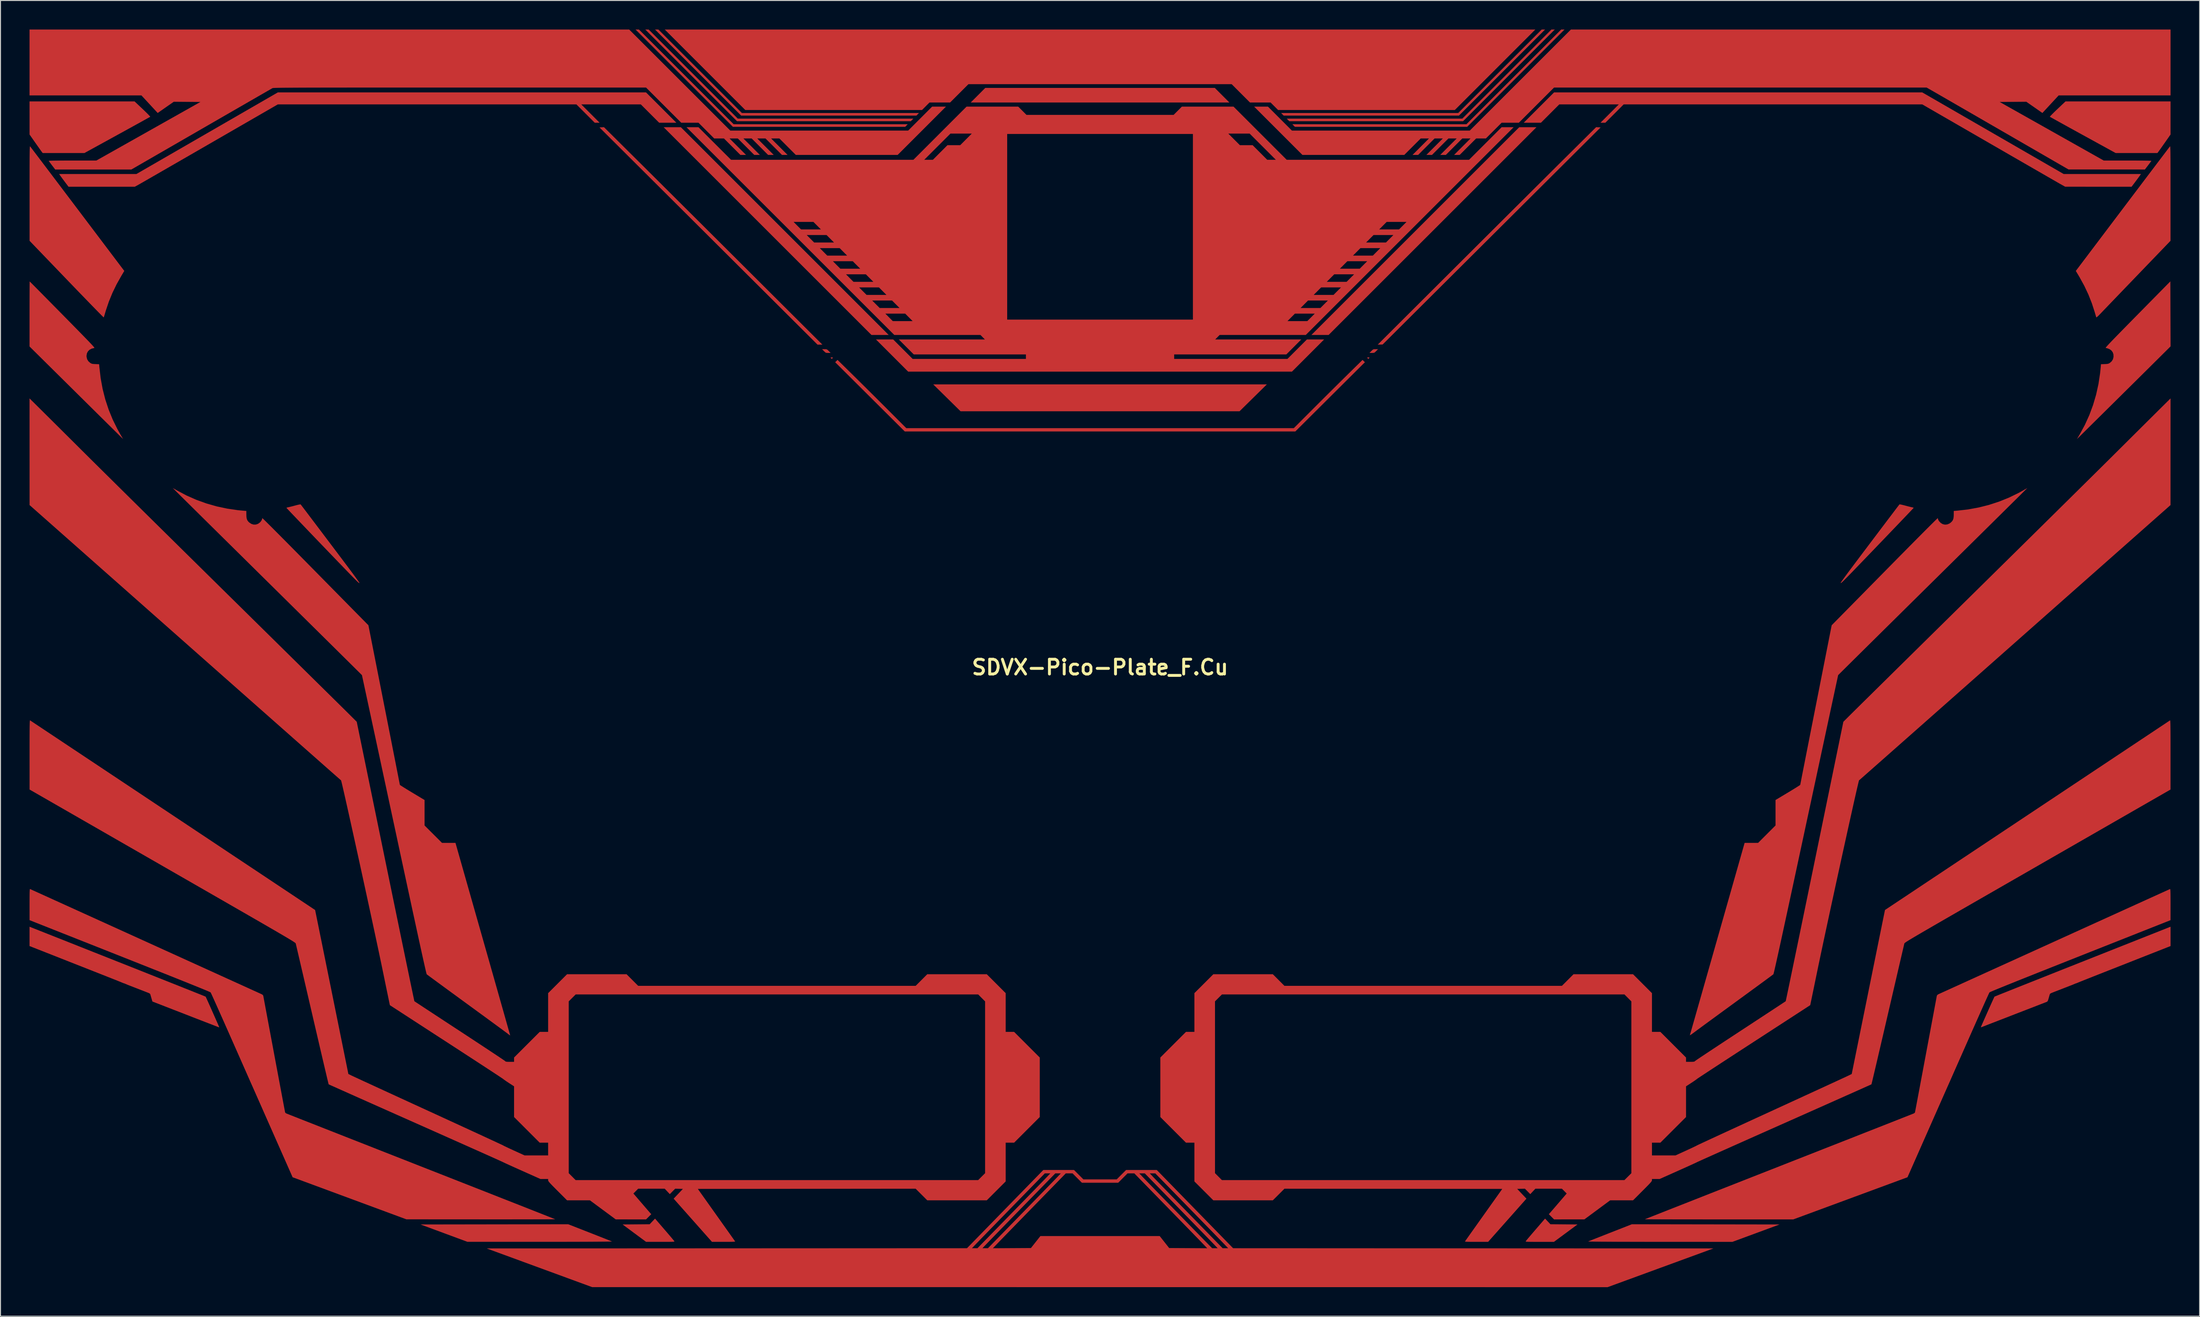
<source format=kicad_pcb>
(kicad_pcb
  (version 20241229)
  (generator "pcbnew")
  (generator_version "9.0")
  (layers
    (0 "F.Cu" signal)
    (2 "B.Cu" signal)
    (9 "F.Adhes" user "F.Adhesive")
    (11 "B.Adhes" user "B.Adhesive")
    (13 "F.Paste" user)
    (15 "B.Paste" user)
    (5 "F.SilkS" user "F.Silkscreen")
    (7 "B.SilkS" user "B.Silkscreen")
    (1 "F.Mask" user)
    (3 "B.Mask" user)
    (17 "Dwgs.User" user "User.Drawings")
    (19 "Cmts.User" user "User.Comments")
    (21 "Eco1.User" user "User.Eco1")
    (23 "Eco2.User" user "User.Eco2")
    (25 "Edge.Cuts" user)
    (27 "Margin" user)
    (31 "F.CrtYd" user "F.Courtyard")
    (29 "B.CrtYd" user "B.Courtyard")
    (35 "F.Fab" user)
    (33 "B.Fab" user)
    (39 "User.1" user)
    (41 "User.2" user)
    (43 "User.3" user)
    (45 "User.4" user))
  (footprint "SDVX-Pico-Plate_F.Cu"
    (layer "F.Cu")
    (at 110.531 65.878)
    (property "Reference" "SDVX-Pico-Plate_F.Cu" (at 0 0 0) (layer "F.SilkS") (effects (font (size 1.524 1.524) (thickness 0.3))))
    (attr board_only exclude_from_pos_files exclude_from_bom)
    (fp_poly (pts (xy 14.401 -26.446) (xy -14.401 -26.446) (xy -15.812 -27.835) (xy -17.223 -29.224) (xy 17.223 -29.224)) (stroke (width 0) (type solid)) (fill yes) (layer "F.Cu"))
    (fp_poly (pts (xy -32.552 -45.059) (xy -21.824 -34.331) (xy -23.602 -34.331) (xy -34.331 -45.059) (xy -45.059 -55.787) (xy -43.28 -55.787)) (stroke (width 0) (type solid)) (fill yes) (layer "F.Cu"))
    (fp_poly (pts (xy 12.603 -59.093) (xy 13.356 -58.339) (xy -13.356 -58.339) (xy -12.603 -59.093) (xy -11.85 -59.847) (xy 11.85 -59.847)) (stroke (width 0) (type solid)) (fill yes) (layer "F.Cu"))
    (fp_poly (pts (xy 34.331 -45.059) (xy 23.602 -34.331) (xy 21.824 -34.331) (xy 32.552 -45.059) (xy 43.28 -55.787) (xy 45.059 -55.787)) (stroke (width 0) (type solid)) (fill yes) (layer "F.Cu"))
    (fp_poly (pts (xy -37.829 -56.096) (xy -19.856 -56.096) (xy -19.988 -55.961) (xy -20.119 -55.826) (xy -37.907 -55.826) (xy -42.933 -60.852) (xy -47.958 -65.878) (xy -47.61 -65.878)) (stroke (width 0) (type solid)) (fill yes) (layer "F.Cu"))
    (fp_poly (pts (xy -42.005 -61.277) (xy -37.404 -56.676) (xy -19.276 -56.676) (xy -19.408 -56.541) (xy -19.539 -56.406) (xy -37.482 -56.406) (xy -42.217 -61.142) (xy -46.953 -65.878) (xy -46.605 -65.878)) (stroke (width 0) (type solid)) (fill yes) (layer "F.Cu"))
    (fp_poly (pts (xy -41.289 -61.567) (xy -36.979 -57.256) (xy -18.697 -57.256) (xy -18.828 -57.121) (xy -18.959 -56.986) (xy -37.056 -56.986) (xy -41.502 -61.432) (xy -45.948 -65.878) (xy -45.6 -65.878)) (stroke (width 0) (type solid)) (fill yes) (layer "F.Cu"))
    (fp_poly (pts (xy 41.502 -61.432) (xy 37.056 -56.986) (xy 18.959 -56.986) (xy 18.828 -57.121) (xy 18.697 -57.256) (xy 36.979 -57.256) (xy 41.289 -61.567) (xy 45.6 -65.878) (xy 45.948 -65.878)) (stroke (width 0) (type solid)) (fill yes) (layer "F.Cu"))
    (fp_poly (pts (xy 42.217 -61.142) (xy 37.482 -56.406) (xy 19.539 -56.406) (xy 19.408 -56.541) (xy 19.276 -56.676) (xy 37.404 -56.676) (xy 42.005 -61.277) (xy 46.605 -65.878) (xy 46.953 -65.878)) (stroke (width 0) (type solid)) (fill yes) (layer "F.Cu"))
    (fp_poly (pts (xy 42.933 -60.852) (xy 37.907 -55.826) (xy 20.119 -55.826) (xy 19.988 -55.961) (xy 19.856 -56.096) (xy 37.829 -56.096) (xy 42.72 -60.987) (xy 47.61 -65.878) (xy 47.958 -65.878)) (stroke (width 0) (type solid)) (fill yes) (layer "F.Cu"))
    (fp_poly (pts (xy -27.607 -32.009) (xy -27.579 -31.994) (xy -27.604 -31.954) (xy -27.623 -31.934) (xy -27.677 -31.877) (xy -27.7 -31.856) (xy -27.728 -31.881) (xy -27.778 -31.934) (xy -27.819 -31.984) (xy -27.81 -32.006) (xy -27.74 -32.011) (xy -27.7 -32.011)) (stroke (width 0) (type solid)) (fill yes) (layer "F.Cu"))
    (fp_poly (pts (xy 27.794 -32.009) (xy 27.822 -31.994) (xy 27.796 -31.954) (xy 27.778 -31.934) (xy 27.724 -31.877) (xy 27.7 -31.856) (xy 27.672 -31.881) (xy 27.623 -31.934) (xy 27.582 -31.984) (xy 27.591 -32.006) (xy 27.661 -32.011) (xy 27.7 -32.011)) (stroke (width 0) (type solid)) (fill yes) (layer "F.Cu"))
    (fp_poly (pts (xy -28.318 -32.859) (xy -28.229 -32.845) (xy -28.156 -32.806) (xy -28.072 -32.731) (xy -28.01 -32.668) (xy -27.819 -32.475) (xy -28.07 -32.475) (xy -28.204 -32.477) (xy -28.293 -32.491) (xy -28.366 -32.53) (xy -28.449 -32.605) (xy -28.512 -32.668) (xy -28.703 -32.861) (xy -28.451 -32.861)) (stroke (width 0) (type solid)) (fill yes) (layer "F.Cu"))
    (fp_poly (pts (xy 28.512 -32.668) (xy 28.41 -32.567) (xy 28.334 -32.509) (xy 28.258 -32.483) (xy 28.153 -32.475) (xy 28.07 -32.475) (xy 27.819 -32.475) (xy 28.01 -32.668) (xy 28.112 -32.769) (xy 28.187 -32.827) (xy 28.264 -32.854) (xy 28.369 -32.861) (xy 28.451 -32.861) (xy 28.703 -32.861)) (stroke (width 0) (type solid)) (fill yes) (layer "F.Cu"))
    (fp_poly (pts (xy 40.787 -61.722) (xy 36.631 -57.566) (xy 18.382 -57.566) (xy 17.611 -58.339) (xy 15.483 -58.339) (xy 14.536 -59.286) (xy 13.59 -60.233) (xy -13.59 -60.233) (xy -14.536 -59.286) (xy -15.483 -58.339) (xy -17.611 -58.339) (xy -18.382 -57.566) (xy -36.631 -57.566) (xy -44.943 -65.878) (xy 44.943 -65.878)) (stroke (width 0) (type solid)) (fill yes) (layer "F.Cu"))
    (fp_poly (pts (xy 46.225 57.232) (xy 46.502 57.526) (xy 49.297 57.546) (xy 48.081 58.445) (xy 46.865 59.344) (xy 45.39 59.344) (xy 45.013 59.344) (xy 44.707 59.343) (xy 44.464 59.341) (xy 44.277 59.339) (xy 44.14 59.334) (xy 44.045 59.328) (xy 43.986 59.319) (xy 43.955 59.309) (xy 43.946 59.295) (xy 43.952 59.278) (xy 43.952 59.278) (xy 43.985 59.234) (xy 44.062 59.139) (xy 44.179 58.999) (xy 44.33 58.821) (xy 44.508 58.612) (xy 44.708 58.378) (xy 44.924 58.126) (xy 44.969 58.075) (xy 45.948 56.939)) (stroke (width 0) (type solid)) (fill yes) (layer "F.Cu"))
    (fp_poly (pts (xy 51.685 -55.768) (xy 40.432 -44.556) (xy 29.179 -33.345) (xy 28.667 -33.326) (xy 36.766 -41.406) (xy 37.47 -42.108) (xy 38.182 -42.818) (xy 38.896 -43.53) (xy 39.61 -44.242) (xy 40.321 -44.951) (xy 41.026 -45.653) (xy 41.72 -46.345) (xy 42.4 -47.023) (xy 43.064 -47.684) (xy 43.707 -48.324) (xy 44.326 -48.941) (xy 44.918 -49.531) (xy 45.479 -50.089) (xy 46.007 -50.614) (xy 46.497 -51.102) (xy 46.946 -51.549) (xy 47.351 -51.952) (xy 47.709 -52.307) (xy 48.015 -52.611) (xy 48.043 -52.638) (xy 51.219 -55.791)) (stroke (width 0) (type solid)) (fill yes) (layer "F.Cu"))
    (fp_poly (pts (xy -44.969 58.075) (xy -44.75 58.329) (xy -44.546 58.567) (xy -44.363 58.782) (xy -44.207 58.967) (xy -44.083 59.115) (xy -43.997 59.219) (xy -43.954 59.273) (xy -43.952 59.278) (xy -43.946 59.295) (xy -43.955 59.308) (xy -43.985 59.319) (xy -44.044 59.328) (xy -44.137 59.334) (xy -44.273 59.338) (xy -44.459 59.341) (xy -44.7 59.342) (xy -45.005 59.343) (xy -45.379 59.342) (xy -45.395 59.342) (xy -46.876 59.341) (xy -48.087 58.444) (xy -49.297 57.546) (xy -47.9 57.536) (xy -46.502 57.526) (xy -46.225 57.232) (xy -45.948 56.939)) (stroke (width 0) (type solid)) (fill yes) (layer "F.Cu"))
    (fp_poly (pts (xy -48.043 -52.638) (xy -47.741 -52.339) (xy -47.389 -51.989) (xy -46.988 -51.591) (xy -46.543 -51.148) (xy -46.057 -50.664) (xy -45.533 -50.143) (xy -44.975 -49.587) (xy -44.385 -49.001) (xy -43.769 -48.386) (xy -43.128 -47.748) (xy -42.466 -47.089) (xy -41.787 -46.413) (xy -41.094 -45.722) (xy -40.391 -45.021) (xy -39.68 -44.313) (xy -38.966 -43.601) (xy -38.251 -42.888) (xy -37.54 -42.179) (xy -36.835 -41.476) (xy -36.766 -41.407) (xy -28.667 -33.329) (xy -28.918 -33.329) (xy -29.169 -33.329) (xy -40.427 -44.548) (xy -51.685 -55.768) (xy -51.452 -55.779) (xy -51.219 -55.791)) (stroke (width 0) (type solid)) (fill yes) (layer "F.Cu"))
    (fp_poly (pts (xy 27.346 -31.513) (xy 20.161 -24.36) (xy -20.161 -24.36) (xy -27.346 -31.513) (xy -27.105 -31.754) (xy -25.605 -30.281) (xy -25.311 -29.991) (xy -24.972 -29.656) (xy -24.597 -29.285) (xy -24.196 -28.888) (xy -23.779 -28.473) (xy -23.355 -28.052) (xy -22.933 -27.632) (xy -22.524 -27.223) (xy -22.136 -26.836) (xy -22.056 -26.756) (xy -20.007 -24.704) (xy 20.007 -24.704) (xy 22.056 -26.756) (xy 22.438 -27.138) (xy 22.843 -27.542) (xy 23.263 -27.961) (xy 23.688 -28.383) (xy 24.107 -28.799) (xy 24.512 -29.201) (xy 24.893 -29.579) (xy 25.241 -29.922) (xy 25.546 -30.222) (xy 25.605 -30.281) (xy 27.105 -31.754)) (stroke (width 0) (type solid)) (fill yes) (layer "F.Cu"))
    (fp_poly (pts (xy -52.689 58.397) (xy -52.294 58.552) (xy -51.919 58.7) (xy -51.571 58.837) (xy -51.255 58.961) (xy -50.979 59.07) (xy -50.748 59.161) (xy -50.57 59.232) (xy -50.45 59.28) (xy -50.396 59.302) (xy -50.394 59.303) (xy -50.423 59.307) (xy -50.527 59.311) (xy -50.704 59.315) (xy -50.953 59.319) (xy -51.271 59.322) (xy -51.655 59.325) (xy -52.105 59.328) (xy -52.618 59.331) (xy -53.192 59.333) (xy -53.825 59.335) (xy -54.514 59.336) (xy -55.259 59.338) (xy -56.056 59.339) (xy -56.904 59.339) (xy -57.801 59.339) (xy -57.817 59.339) (xy -65.317 59.34) (xy -67.74 58.443) (xy -70.163 57.546) (xy -54.906 57.527)) (stroke (width 0) (type solid)) (fill yes) (layer "F.Cu"))
    (fp_poly (pts (xy 70.163 57.546) (xy 67.729 58.445) (xy 65.294 59.344) (xy 57.806 59.341) (xy 56.908 59.341) (xy 56.059 59.34) (xy 55.261 59.339) (xy 54.517 59.337) (xy 53.826 59.336) (xy 53.193 59.334) (xy 52.619 59.331) (xy 52.106 59.328) (xy 51.656 59.326) (xy 51.271 59.322) (xy 50.953 59.319) (xy 50.705 59.315) (xy 50.527 59.311) (xy 50.423 59.307) (xy 50.394 59.303) (xy 50.394 59.303) (xy 50.443 59.283) (xy 50.558 59.237) (xy 50.731 59.168) (xy 50.958 59.079) (xy 51.23 58.971) (xy 51.543 58.848) (xy 51.889 58.712) (xy 52.262 58.565) (xy 52.655 58.41) (xy 52.689 58.397) (xy 54.906 57.527)) (stroke (width 0) (type solid)) (fill yes) (layer "F.Cu"))
    (fp_poly (pts (xy -99.686 -58.454) (xy -98.862 -57.676) (xy -98.655 -57.478) (xy -98.468 -57.296) (xy -98.31 -57.138) (xy -98.186 -57.01) (xy -98.104 -56.919) (xy -98.07 -56.872) (xy -98.07 -56.868) (xy -98.107 -56.845) (xy -98.208 -56.788) (xy -98.368 -56.699) (xy -98.581 -56.58) (xy -98.844 -56.434) (xy -99.151 -56.264) (xy -99.499 -56.072) (xy -99.882 -55.86) (xy -100.297 -55.632) (xy -100.737 -55.389) (xy -101.2 -55.135) (xy -101.483 -54.979) (xy -104.866 -53.12) (xy -109.174 -53.12) (xy -109.271 -53.248) (xy -109.32 -53.314) (xy -109.406 -53.434) (xy -109.521 -53.597) (xy -109.66 -53.793) (xy -109.814 -54.011) (xy -109.95 -54.205) (xy -110.53 -55.033) (xy -110.53 -56.744) (xy -110.531 -58.455)) (stroke (width 0) (type solid)) (fill yes) (layer "F.Cu"))
    (fp_poly (pts (xy 110.53 -56.744) (xy 110.53 -55.033) (xy 109.95 -54.205) (xy 109.788 -53.975) (xy 109.636 -53.759) (xy 109.501 -53.568) (xy 109.39 -53.411) (xy 109.309 -53.3) (xy 109.271 -53.248) (xy 109.174 -53.12) (xy 104.866 -53.12) (xy 101.483 -54.979) (xy 101.01 -55.239) (xy 100.556 -55.489) (xy 100.125 -55.726) (xy 99.723 -55.948) (xy 99.354 -56.152) (xy 99.022 -56.336) (xy 98.732 -56.497) (xy 98.488 -56.632) (xy 98.296 -56.739) (xy 98.16 -56.815) (xy 98.084 -56.859) (xy 98.07 -56.868) (xy 98.089 -56.901) (xy 98.158 -56.98) (xy 98.27 -57.097) (xy 98.419 -57.247) (xy 98.598 -57.423) (xy 98.8 -57.617) (xy 98.862 -57.676) (xy 99.686 -58.454) (xy 105.108 -58.454) (xy 110.531 -58.455)) (stroke (width 0) (type solid)) (fill yes) (layer "F.Cu"))
    (fp_poly (pts (xy -45.31 -57.817) (xy -43.745 -56.251) (xy -45.523 -56.251) (xy -46.47 -57.198) (xy -47.417 -58.146) (xy -53.564 -58.146) (xy -52.617 -57.198) (xy -51.67 -56.251) (xy -52.173 -56.251) (xy -53.12 -57.198) (xy -54.066 -58.146) (xy -84.896 -58.146) (xy -91.982 -54.055) (xy -92.67 -53.658) (xy -93.343 -53.27) (xy -93.997 -52.892) (xy -94.629 -52.528) (xy -95.236 -52.178) (xy -95.815 -51.844) (xy -96.362 -51.529) (xy -96.874 -51.234) (xy -97.347 -50.961) (xy -97.779 -50.713) (xy -98.167 -50.49) (xy -98.506 -50.294) (xy -98.794 -50.129) (xy -99.028 -49.995) (xy -99.204 -49.894) (xy -99.319 -49.829) (xy -99.366 -49.803) (xy -99.663 -49.64) (xy -106.508 -49.64) (xy -106.85 -50.094) (xy -106.986 -50.276) (xy -107.119 -50.455) (xy -107.235 -50.613) (xy -107.32 -50.731) (xy -107.335 -50.752) (xy -107.477 -50.955) (xy -103.485 -50.955) (xy -99.493 -50.955) (xy -92.194 -55.169) (xy -84.895 -59.383) (xy -46.876 -59.383)) (stroke (width 0) (type solid)) (fill yes) (layer "F.Cu"))
    (fp_poly (pts (xy 92.194 -55.169) (xy 99.493 -50.955) (xy 103.485 -50.955) (xy 107.477 -50.955) (xy 107.335 -50.752) (xy 107.258 -50.645) (xy 107.148 -50.495) (xy 107.018 -50.319) (xy 106.882 -50.137) (xy 106.85 -50.094) (xy 106.508 -49.64) (xy 103.078 -49.641) (xy 99.648 -49.643) (xy 99.145 -49.925) (xy 99.062 -49.972) (xy 98.915 -50.056) (xy 98.709 -50.175) (xy 98.445 -50.326) (xy 98.129 -50.509) (xy 97.762 -50.719) (xy 97.35 -50.957) (xy 96.894 -51.22) (xy 96.399 -51.505) (xy 95.869 -51.811) (xy 95.305 -52.136) (xy 94.713 -52.478) (xy 94.094 -52.834) (xy 93.454 -53.204) (xy 92.795 -53.585) (xy 92.12 -53.974) (xy 91.769 -54.177) (xy 84.896 -58.146) (xy 54.066 -58.146) (xy 53.12 -57.198) (xy 52.173 -56.251) (xy 51.67 -56.251) (xy 52.617 -57.198) (xy 53.564 -58.146) (xy 47.417 -58.146) (xy 46.47 -57.198) (xy 45.523 -56.251) (xy 43.745 -56.251) (xy 45.31 -57.817) (xy 46.876 -59.383) (xy 84.895 -59.383)) (stroke (width 0) (type solid)) (fill yes) (layer "F.Cu"))
    (fp_poly (pts (xy 110.522 -36.509) (xy 110.533 -33.151) (xy 108.801 -31.431) (xy 108.527 -31.159) (xy 108.205 -30.839) (xy 107.841 -30.478) (xy 107.441 -30.082) (xy 107.014 -29.658) (xy 106.564 -29.213) (xy 106.098 -28.752) (xy 105.624 -28.282) (xy 105.148 -27.81) (xy 104.676 -27.343) (xy 104.214 -26.886) (xy 103.969 -26.644) (xy 100.869 -23.577) (xy 101.16 -24.073) (xy 101.687 -25.049) (xy 102.144 -26.056) (xy 102.529 -27.093) (xy 102.843 -28.16) (xy 103.086 -29.257) (xy 103.257 -30.383) (xy 103.321 -31.011) (xy 103.346 -31.306) (xy 103.724 -31.322) (xy 103.908 -31.331) (xy 104.036 -31.346) (xy 104.13 -31.371) (xy 104.212 -31.411) (xy 104.262 -31.442) (xy 104.456 -31.613) (xy 104.583 -31.823) (xy 104.643 -32.064) (xy 104.635 -32.319) (xy 104.559 -32.542) (xy 104.422 -32.727) (xy 104.226 -32.869) (xy 103.978 -32.96) (xy 103.843 -32.985) (xy 103.834 -32.992) (xy 103.839 -33.012) (xy 103.86 -33.047) (xy 103.901 -33.099) (xy 103.963 -33.173) (xy 104.05 -33.27) (xy 104.164 -33.393) (xy 104.307 -33.545) (xy 104.482 -33.728) (xy 104.692 -33.946) (xy 104.94 -34.201) (xy 105.227 -34.495) (xy 105.557 -34.832) (xy 105.931 -35.214) (xy 106.354 -35.644) (xy 106.827 -36.125) (xy 107.129 -36.431) (xy 110.511 -39.866)) (stroke (width 0) (type solid)) (fill yes) (layer "F.Cu"))
    (fp_poly (pts (xy -110.477 -53.814) (xy -110.448 -53.778) (xy -110.376 -53.683) (xy -110.261 -53.533) (xy -110.106 -53.329) (xy -109.913 -53.075) (xy -109.685 -52.774) (xy -109.424 -52.429) (xy -109.131 -52.042) (xy -108.809 -51.617) (xy -108.46 -51.156) (xy -108.087 -50.662) (xy -107.691 -50.139) (xy -107.276 -49.589) (xy -106.842 -49.014) (xy -106.392 -48.419) (xy -105.928 -47.805) (xy -105.585 -47.351) (xy -100.748 -40.944) (xy -101.032 -40.469) (xy -101.537 -39.572) (xy -101.972 -38.677) (xy -102.342 -37.773) (xy -102.654 -36.847) (xy -102.709 -36.661) (xy -102.763 -36.476) (xy -102.811 -36.318) (xy -102.849 -36.203) (xy -102.871 -36.144) (xy -102.873 -36.141) (xy -102.902 -36.165) (xy -102.981 -36.242) (xy -103.108 -36.368) (xy -103.279 -36.542) (xy -103.492 -36.758) (xy -103.743 -37.015) (xy -104.03 -37.309) (xy -104.348 -37.637) (xy -104.696 -37.996) (xy -105.071 -38.383) (xy -105.469 -38.794) (xy -105.887 -39.228) (xy -106.322 -39.68) (xy -106.711 -40.084) (xy -110.527 -44.054) (xy -110.529 -48.962) (xy -110.529 -49.689) (xy -110.529 -50.341) (xy -110.528 -50.924) (xy -110.528 -51.441) (xy -110.527 -51.895) (xy -110.525 -52.29) (xy -110.524 -52.63) (xy -110.521 -52.918) (xy -110.518 -53.159) (xy -110.515 -53.356) (xy -110.511 -53.512) (xy -110.506 -53.631) (xy -110.501 -53.718) (xy -110.495 -53.775) (xy -110.488 -53.807) (xy -110.481 -53.816)) (stroke (width 0) (type solid)) (fill yes) (layer "F.Cu"))
    (fp_poly (pts (xy 110.492 -53.794) (xy 110.498 -53.75) (xy 110.504 -53.679) (xy 110.509 -53.577) (xy 110.513 -53.439) (xy 110.517 -53.264) (xy 110.52 -53.046) (xy 110.522 -52.782) (xy 110.525 -52.468) (xy 110.526 -52.101) (xy 110.527 -51.677) (xy 110.528 -51.193) (xy 110.529 -50.644) (xy 110.529 -50.027) (xy 110.529 -49.338) (xy 110.529 -48.962) (xy 110.527 -44.054) (xy 107.161 -40.555) (xy 106.731 -40.108) (xy 106.309 -39.669) (xy 105.9 -39.244) (xy 105.507 -38.835) (xy 105.134 -38.447) (xy 104.785 -38.084) (xy 104.463 -37.749) (xy 104.173 -37.447) (xy 103.918 -37.181) (xy 103.702 -36.957) (xy 103.529 -36.776) (xy 103.403 -36.644) (xy 103.337 -36.575) (xy 103.147 -36.379) (xy 103.005 -36.242) (xy 102.91 -36.164) (xy 102.864 -36.145) (xy 102.86 -36.15) (xy 102.843 -36.207) (xy 102.809 -36.322) (xy 102.762 -36.479) (xy 102.709 -36.662) (xy 102.702 -36.687) (xy 102.401 -37.613) (xy 102.045 -38.513) (xy 101.627 -39.399) (xy 101.141 -40.285) (xy 101.032 -40.469) (xy 100.748 -40.944) (xy 105.585 -47.351) (xy 106.057 -47.976) (xy 106.517 -48.584) (xy 106.963 -49.174) (xy 107.392 -49.742) (xy 107.802 -50.286) (xy 108.192 -50.801) (xy 108.559 -51.286) (xy 108.9 -51.737) (xy 109.214 -52.152) (xy 109.499 -52.528) (xy 109.751 -52.861) (xy 109.97 -53.15) (xy 110.152 -53.39) (xy 110.296 -53.58) (xy 110.4 -53.715) (xy 110.461 -53.794) (xy 110.477 -53.814) (xy 110.485 -53.814)) (stroke (width 0) (type solid)) (fill yes) (layer "F.Cu"))
    (fp_poly (pts (xy -82.54 -16.829) (xy -82.507 -16.788) (xy -82.429 -16.685) (xy -82.304 -16.521) (xy -82.133 -16.297) (xy -81.917 -16.012) (xy -81.656 -15.666) (xy -81.35 -15.261) (xy -80.999 -14.797) (xy -80.603 -14.273) (xy -80.163 -13.69) (xy -79.68 -13.049) (xy -79.152 -12.35) (xy -79.037 -12.197) (xy -78.591 -11.605) (xy -78.19 -11.073) (xy -77.835 -10.599) (xy -77.523 -10.182) (xy -77.254 -9.82) (xy -77.026 -9.513) (xy -76.839 -9.258) (xy -76.692 -9.054) (xy -76.583 -8.9) (xy -76.511 -8.794) (xy -76.475 -8.735) (xy -76.471 -8.722) (xy -76.479 -8.703) (xy -76.507 -8.71) (xy -76.559 -8.748) (xy -76.642 -8.82) (xy -76.759 -8.933) (xy -76.917 -9.089) (xy -77.121 -9.295) (xy -77.248 -9.425) (xy -77.402 -9.583) (xy -77.595 -9.782) (xy -77.824 -10.018) (xy -78.084 -10.287) (xy -78.371 -10.585) (xy -78.683 -10.908) (xy -79.015 -11.253) (xy -79.362 -11.614) (xy -79.722 -11.989) (xy -80.091 -12.373) (xy -80.464 -12.761) (xy -80.838 -13.15) (xy -81.208 -13.537) (xy -81.572 -13.916) (xy -81.924 -14.284) (xy -82.262 -14.637) (xy -82.581 -14.971) (xy -82.878 -15.281) (xy -83.148 -15.565) (xy -83.389 -15.817) (xy -83.595 -16.034) (xy -83.763 -16.211) (xy -83.889 -16.345) (xy -83.97 -16.432) (xy -84.002 -16.467) (xy -84.002 -16.468) (xy -83.975 -16.493) (xy -83.894 -16.519) (xy -83.847 -16.528) (xy -83.75 -16.549) (xy -83.597 -16.585) (xy -83.406 -16.633) (xy -83.197 -16.689) (xy -83.124 -16.708) (xy -82.928 -16.76) (xy -82.758 -16.799) (xy -82.628 -16.825) (xy -82.553 -16.832)) (stroke (width 0) (type solid)) (fill yes) (layer "F.Cu"))
    (fp_poly (pts (xy 82.691 -16.813) (xy 82.844 -16.78) (xy 83.029 -16.734) (xy 83.124 -16.708) (xy 83.336 -16.652) (xy 83.535 -16.601) (xy 83.703 -16.56) (xy 83.821 -16.533) (xy 83.847 -16.528) (xy 83.945 -16.505) (xy 83.998 -16.478) (xy 84.002 -16.468) (xy 83.974 -16.436) (xy 83.897 -16.353) (xy 83.773 -16.222) (xy 83.608 -16.047) (xy 83.404 -15.833) (xy 83.166 -15.583) (xy 82.898 -15.302) (xy 82.603 -14.993) (xy 82.285 -14.661) (xy 81.948 -14.309) (xy 81.596 -13.942) (xy 81.234 -13.563) (xy 80.864 -13.177) (xy 80.49 -12.788) (xy 80.117 -12.399) (xy 79.748 -12.015) (xy 79.387 -11.64) (xy 79.038 -11.278) (xy 78.705 -10.932) (xy 78.392 -10.607) (xy 78.103 -10.307) (xy 77.841 -10.035) (xy 77.61 -9.797) (xy 77.414 -9.595) (xy 77.258 -9.435) (xy 77.248 -9.425) (xy 77.019 -9.192) (xy 76.838 -9.01) (xy 76.699 -8.875) (xy 76.599 -8.782) (xy 76.531 -8.726) (xy 76.491 -8.704) (xy 76.473 -8.709) (xy 76.471 -8.722) (xy 76.488 -8.758) (xy 76.541 -8.84) (xy 76.631 -8.969) (xy 76.759 -9.147) (xy 76.925 -9.375) (xy 77.131 -9.655) (xy 77.379 -9.989) (xy 77.669 -10.377) (xy 78.001 -10.821) (xy 78.379 -11.324) (xy 78.801 -11.885) (xy 79.037 -12.197) (xy 79.573 -12.909) (xy 80.066 -13.562) (xy 80.515 -14.157) (xy 80.92 -14.693) (xy 81.28 -15.17) (xy 81.596 -15.587) (xy 81.867 -15.945) (xy 82.092 -16.243) (xy 82.272 -16.48) (xy 82.406 -16.656) (xy 82.495 -16.772) (xy 82.537 -16.826) (xy 82.54 -16.829) (xy 82.585 -16.831)) (stroke (width 0) (type solid)) (fill yes) (layer "F.Cu"))
    (fp_poly (pts (xy -110.489 -39.832) (xy -110.41 -39.753) (xy -110.283 -39.626) (xy -110.112 -39.453) (xy -109.899 -39.239) (xy -109.649 -38.986) (xy -109.364 -38.698) (xy -109.048 -38.378) (xy -108.703 -38.029) (xy -108.334 -37.654) (xy -107.943 -37.258) (xy -107.534 -36.843) (xy -107.125 -36.428) (xy -106.622 -35.917) (xy -106.171 -35.458) (xy -105.768 -35.048) (xy -105.413 -34.685) (xy -105.101 -34.366) (xy -104.831 -34.089) (xy -104.599 -33.85) (xy -104.404 -33.647) (xy -104.243 -33.477) (xy -104.112 -33.338) (xy -104.01 -33.226) (xy -103.934 -33.139) (xy -103.881 -33.075) (xy -103.849 -33.03) (xy -103.835 -33.002) (xy -103.836 -32.987) (xy -103.843 -32.985) (xy -104.114 -32.919) (xy -104.335 -32.801) (xy -104.501 -32.636) (xy -104.607 -32.431) (xy -104.648 -32.19) (xy -104.643 -32.064) (xy -104.581 -31.818) (xy -104.452 -31.608) (xy -104.262 -31.442) (xy -104.177 -31.392) (xy -104.093 -31.359) (xy -103.987 -31.339) (xy -103.837 -31.327) (xy -103.724 -31.322) (xy -103.346 -31.306) (xy -103.321 -31.011) (xy -103.188 -29.869) (xy -102.985 -28.756) (xy -102.71 -27.673) (xy -102.363 -26.62) (xy -101.946 -25.597) (xy -101.458 -24.605) (xy -101.161 -24.076) (xy -101.061 -23.903) (xy -100.976 -23.758) (xy -100.914 -23.65) (xy -100.882 -23.592) (xy -100.879 -23.585) (xy -100.906 -23.612) (xy -100.986 -23.69) (xy -101.115 -23.818) (xy -101.291 -23.992) (xy -101.511 -24.209) (xy -101.771 -24.467) (xy -102.07 -24.762) (xy -102.405 -25.093) (xy -102.772 -25.456) (xy -103.169 -25.849) (xy -103.593 -26.269) (xy -104.041 -26.713) (xy -104.511 -27.178) (xy -105 -27.662) (xy -105.505 -28.162) (xy -105.708 -28.363) (xy -110.531 -33.139) (xy -110.531 -36.499) (xy -110.53 -37.001) (xy -110.53 -37.481) (xy -110.529 -37.932) (xy -110.528 -38.35) (xy -110.527 -38.728) (xy -110.526 -39.061) (xy -110.524 -39.343) (xy -110.523 -39.57) (xy -110.521 -39.735) (xy -110.519 -39.833) (xy -110.518 -39.859)) (stroke (width 0) (type solid)) (fill yes) (layer "F.Cu"))
    (fp_poly (pts (xy 110.531 -59.073) (xy 98.978 -59.073) (xy 98.139 -58.166) (xy 97.299 -57.258) (xy 97.004 -57.465) (xy 96.867 -57.561) (xy 96.686 -57.688) (xy 96.48 -57.831) (xy 96.269 -57.978) (xy 96.175 -58.044) (xy 95.64 -58.417) (xy 92.888 -58.397) (xy 98.259 -55.372) (xy 103.63 -52.347) (xy 106.098 -52.347) (xy 106.526 -52.346) (xy 106.931 -52.345) (xy 107.305 -52.342) (xy 107.642 -52.339) (xy 107.936 -52.336) (xy 108.18 -52.332) (xy 108.368 -52.327) (xy 108.494 -52.322) (xy 108.55 -52.316) (xy 108.552 -52.315) (xy 108.526 -52.274) (xy 108.46 -52.184) (xy 108.366 -52.056) (xy 108.251 -51.904) (xy 108.211 -51.851) (xy 107.882 -51.419) (xy 103.939 -51.422) (xy 99.996 -51.424) (xy 93.211 -55.346) (xy 92.533 -55.737) (xy 91.869 -56.121) (xy 91.222 -56.495) (xy 90.594 -56.858) (xy 89.991 -57.207) (xy 89.414 -57.54) (xy 88.869 -57.855) (xy 88.357 -58.15) (xy 87.883 -58.424) (xy 87.45 -58.674) (xy 87.062 -58.898) (xy 86.722 -59.094) (xy 86.433 -59.261) (xy 86.2 -59.395) (xy 86.025 -59.496) (xy 85.912 -59.561) (xy 85.885 -59.576) (xy 85.345 -59.885) (xy 46.876 -59.885) (xy 45.059 -58.068) (xy 43.242 -56.251) (xy 41.463 -56.251) (xy 40.652 -55.439) (xy 39.84 -54.627) (xy 38.834 -54.627) (xy 37.984 -53.777) (xy 37.134 -52.926) (xy 36.554 -52.926) (xy 37.404 -53.777) (xy 38.254 -54.627) (xy 37.403 -54.627) (xy 36.554 -53.777) (xy 35.704 -52.926) (xy 35.124 -52.926) (xy 35.974 -53.777) (xy 36.824 -54.627) (xy 35.973 -54.627) (xy 35.123 -53.777) (xy 34.273 -52.926) (xy 33.693 -52.926) (xy 34.543 -53.777) (xy 35.393 -54.627) (xy 34.543 -54.627) (xy 33.693 -53.777) (xy 32.843 -52.926) (xy 32.263 -52.926) (xy 33.113 -53.777) (xy 33.963 -54.627) (xy 33.112 -54.627) (xy 32.262 -53.777) (xy 31.412 -52.926) (xy 20.896 -52.926) (xy 18.402 -55.42) (xy 15.909 -57.914) (xy 17.34 -57.914) (xy 18.576 -56.676) (xy 19.813 -55.439) (xy 38.177 -55.439) (xy 43.396 -60.658) (xy 48.616 -65.878) (xy 110.531 -65.878)) (stroke (width 0) (type solid)) (fill yes) (layer "F.Cu"))
    (fp_poly (pts (xy -38.177 -55.439) (xy -19.813 -55.439) (xy -18.576 -56.676) (xy -17.34 -57.914) (xy -15.909 -57.914) (xy -18.402 -55.42) (xy -20.896 -52.926) (xy -31.412 -52.926) (xy -32.262 -53.777) (xy -33.112 -54.627) (xy -33.963 -54.627) (xy -33.113 -53.777) (xy -32.263 -52.926) (xy -32.843 -52.926) (xy -33.693 -53.777) (xy -34.543 -54.627) (xy -35.393 -54.627) (xy -34.543 -53.777) (xy -33.693 -52.926) (xy -34.273 -52.926) (xy -35.123 -53.777) (xy -35.973 -54.627) (xy -36.824 -54.627) (xy -35.974 -53.777) (xy -35.124 -52.926) (xy -35.704 -52.926) (xy -36.554 -53.777) (xy -37.403 -54.627) (xy -38.254 -54.627) (xy -37.404 -53.777) (xy -36.554 -52.926) (xy -37.134 -52.926) (xy -37.984 -53.777) (xy -38.834 -54.627) (xy -39.84 -54.627) (xy -41.463 -56.251) (xy -43.242 -56.251) (xy -45.059 -58.068) (xy -46.876 -59.885) (xy -66.102 -59.885) (xy -67.562 -59.885) (xy -68.947 -59.885) (xy -70.259 -59.885) (xy -71.499 -59.885) (xy -72.671 -59.885) (xy -73.774 -59.885) (xy -74.813 -59.884) (xy -75.788 -59.884) (xy -76.701 -59.884) (xy -77.556 -59.883) (xy -78.353 -59.882) (xy -79.094 -59.882) (xy -79.782 -59.881) (xy -80.419 -59.88) (xy -81.006 -59.879) (xy -81.546 -59.878) (xy -82.04 -59.877) (xy -82.491 -59.875) (xy -82.901 -59.874) (xy -83.271 -59.872) (xy -83.604 -59.87) (xy -83.901 -59.868) (xy -84.164 -59.866) (xy -84.397 -59.864) (xy -84.599 -59.861) (xy -84.775 -59.858) (xy -84.925 -59.855) (xy -85.051 -59.852) (xy -85.156 -59.849) (xy -85.241 -59.845) (xy -85.309 -59.842) (xy -85.361 -59.838) (xy -85.4 -59.834) (xy -85.427 -59.829) (xy -85.444 -59.824) (xy -85.451 -59.822) (xy -85.496 -59.796) (xy -85.604 -59.734) (xy -85.774 -59.637) (xy -86.001 -59.507) (xy -86.282 -59.345) (xy -86.615 -59.153) (xy -86.996 -58.934) (xy -87.422 -58.688) (xy -87.89 -58.419) (xy -88.397 -58.126) (xy -88.94 -57.813) (xy -89.516 -57.481) (xy -90.12 -57.133) (xy -90.752 -56.768) (xy -91.406 -56.391) (xy -92.081 -56.001) (xy -92.773 -55.602) (xy -92.796 -55.588) (xy -100.019 -51.419) (xy -103.95 -51.419) (xy -107.882 -51.419) (xy -108.211 -51.851) (xy -108.331 -52.009) (xy -108.433 -52.146) (xy -108.508 -52.25) (xy -108.548 -52.308) (xy -108.552 -52.315) (xy -108.517 -52.32) (xy -108.411 -52.325) (xy -108.24 -52.33) (xy -108.012 -52.335) (xy -107.731 -52.338) (xy -107.406 -52.342) (xy -107.042 -52.344) (xy -106.645 -52.346) (xy -106.223 -52.346) (xy -106.098 -52.347) (xy -103.63 -52.347) (xy -98.259 -55.372) (xy -92.888 -58.397) (xy -95.64 -58.417) (xy -96.175 -58.044) (xy -96.381 -57.901) (xy -96.591 -57.754) (xy -96.786 -57.617) (xy -96.947 -57.505) (xy -97.004 -57.465) (xy -97.299 -57.258) (xy -98.978 -59.073) (xy -110.531 -59.073) (xy -110.531 -65.878) (xy -48.616 -65.878)) (stroke (width 0) (type solid)) (fill yes) (layer "F.Cu"))
    (fp_poly (pts (xy -110.347 26.866) (xy -110.295 26.887) (xy -110.174 26.935) (xy -109.988 27.009) (xy -109.739 27.107) (xy -109.431 27.229) (xy -109.067 27.374) (xy -108.649 27.539) (xy -108.182 27.725) (xy -107.668 27.928) (xy -107.111 28.149) (xy -106.513 28.386) (xy -105.878 28.638) (xy -105.208 28.904) (xy -104.508 29.181) (xy -103.78 29.47) (xy -103.027 29.768) (xy -102.252 30.075) (xy -101.459 30.39) (xy -101.271 30.464) (xy -100.477 30.779) (xy -99.701 31.087) (xy -98.947 31.386) (xy -98.218 31.676) (xy -97.517 31.954) (xy -96.847 32.22) (xy -96.211 32.473) (xy -95.612 32.711) (xy -95.054 32.933) (xy -94.54 33.139) (xy -94.071 33.325) (xy -93.653 33.492) (xy -93.287 33.639) (xy -92.976 33.763) (xy -92.725 33.864) (xy -92.535 33.941) (xy -92.41 33.992) (xy -92.353 34.016) (xy -92.35 34.017) (xy -92.328 34.058) (xy -92.279 34.161) (xy -92.206 34.32) (xy -92.112 34.527) (xy -92 34.775) (xy -91.875 35.055) (xy -91.739 35.361) (xy -91.681 35.493) (xy -91.508 35.883) (xy -91.364 36.209) (xy -91.246 36.476) (xy -91.152 36.689) (xy -91.079 36.856) (xy -91.025 36.981) (xy -90.988 37.07) (xy -90.964 37.129) (xy -90.951 37.165) (xy -90.948 37.183) (xy -90.95 37.189) (xy -90.957 37.188) (xy -90.961 37.187) (xy -91 37.173) (xy -91.106 37.132) (xy -91.273 37.068) (xy -91.497 36.982) (xy -91.771 36.876) (xy -92.091 36.752) (xy -92.45 36.613) (xy -92.845 36.46) (xy -93.268 36.296) (xy -93.716 36.122) (xy -94.003 36.01) (xy -94.474 35.827) (xy -94.933 35.649) (xy -95.373 35.478) (xy -95.787 35.317) (xy -96.17 35.168) (xy -96.515 35.034) (xy -96.816 34.917) (xy -97.067 34.819) (xy -97.262 34.744) (xy -97.393 34.693) (xy -97.431 34.678) (xy -97.844 34.519) (xy -97.921 34.26) (xy -97.968 34.101) (xy -98.012 33.948) (xy -98.039 33.847) (xy -98.062 33.774) (xy -98.093 33.721) (xy -98.149 33.677) (xy -98.245 33.632) (xy -98.396 33.572) (xy -98.419 33.563) (xy -98.568 33.505) (xy -98.769 33.428) (xy -99.004 33.336) (xy -99.253 33.24) (xy -99.454 33.161) (xy -99.676 33.075) (xy -99.876 32.997) (xy -100.043 32.932) (xy -100.164 32.885) (xy -100.226 32.862) (xy -100.228 32.861) (xy -100.393 32.796) (xy -100.618 32.701) (xy -100.639 32.691) (xy -100.735 32.652) (xy -100.799 32.631) (xy -100.807 32.63) (xy -100.858 32.615) (xy -100.945 32.578) (xy -100.956 32.573) (xy -100.982 32.561) (xy -101.018 32.546) (xy -101.066 32.526) (xy -101.131 32.499) (xy -101.215 32.465) (xy -101.322 32.422) (xy -101.456 32.368) (xy -101.619 32.303) (xy -101.816 32.225) (xy -102.049 32.133) (xy -102.322 32.025) (xy -102.639 31.899) (xy -103.003 31.756) (xy -103.416 31.593) (xy -103.884 31.408) (xy -104.408 31.202) (xy -104.992 30.971) (xy -105.641 30.716) (xy -106.356 30.434) (xy -106.674 30.308) (xy -110.531 28.789) (xy -110.531 26.793)) (stroke (width 0) (type solid)) (fill yes) (layer "F.Cu"))
    (fp_poly (pts (xy 110.531 28.789) (xy 106.674 30.308) (xy 105.93 30.602) (xy 105.254 30.868) (xy 104.643 31.109) (xy 104.094 31.325) (xy 103.604 31.519) (xy 103.168 31.69) (xy 102.784 31.842) (xy 102.449 31.975) (xy 102.158 32.09) (xy 101.908 32.188) (xy 101.697 32.272) (xy 101.52 32.343) (xy 101.374 32.401) (xy 101.256 32.448) (xy 101.163 32.486) (xy 101.091 32.515) (xy 101.036 32.538) (xy 100.996 32.555) (xy 100.966 32.568) (xy 100.956 32.573) (xy 100.867 32.611) (xy 100.811 32.629) (xy 100.807 32.63) (xy 100.758 32.644) (xy 100.668 32.679) (xy 100.639 32.691) (xy 100.437 32.778) (xy 100.237 32.856) (xy 100.175 32.88) (xy 100.053 32.927) (xy 99.886 32.993) (xy 99.684 33.071) (xy 99.463 33.158) (xy 99.454 33.161) (xy 99.209 33.257) (xy 98.961 33.353) (xy 98.731 33.442) (xy 98.538 33.517) (xy 98.419 33.563) (xy 98.261 33.625) (xy 98.159 33.672) (xy 98.099 33.715) (xy 98.065 33.766) (xy 98.042 33.837) (xy 98.039 33.847) (xy 98.006 33.967) (xy 97.961 34.124) (xy 97.921 34.261) (xy 97.878 34.398) (xy 97.839 34.481) (xy 97.787 34.533) (xy 97.705 34.573) (xy 97.644 34.596) (xy 97.582 34.62) (xy 97.456 34.669) (xy 97.272 34.74) (xy 97.036 34.831) (xy 96.754 34.94) (xy 96.433 35.065) (xy 96.078 35.202) (xy 95.697 35.35) (xy 95.294 35.506) (xy 94.877 35.667) (xy 94.452 35.832) (xy 94.025 35.998) (xy 93.602 36.162) (xy 93.19 36.321) (xy 92.794 36.475) (xy 92.421 36.62) (xy 92.077 36.753) (xy 91.769 36.872) (xy 91.502 36.976) (xy 91.284 37.061) (xy 91.119 37.125) (xy 91.015 37.165) (xy 90.978 37.18) (xy 90.953 37.175) (xy 90.966 37.119) (xy 90.985 37.07) (xy 91.05 36.919) (xy 91.136 36.722) (xy 91.238 36.49) (xy 91.353 36.23) (xy 91.477 35.95) (xy 91.606 35.661) (xy 91.735 35.37) (xy 91.862 35.086) (xy 91.983 34.818) (xy 92.092 34.575) (xy 92.188 34.365) (xy 92.264 34.197) (xy 92.319 34.08) (xy 92.347 34.022) (xy 92.35 34.017) (xy 92.388 34.001) (xy 92.495 33.957) (xy 92.668 33.887) (xy 92.903 33.792) (xy 93.198 33.674) (xy 93.549 33.534) (xy 93.954 33.372) (xy 94.41 33.19) (xy 94.912 32.99) (xy 95.459 32.772) (xy 96.047 32.538) (xy 96.673 32.29) (xy 97.334 32.027) (xy 98.027 31.752) (xy 98.749 31.465) (xy 99.496 31.168) (xy 100.267 30.863) (xy 101.057 30.549) (xy 101.271 30.464) (xy 102.068 30.148) (xy 102.847 29.839) (xy 103.606 29.539) (xy 104.34 29.248) (xy 105.047 28.967) (xy 105.724 28.699) (xy 106.368 28.444) (xy 106.974 28.203) (xy 107.542 27.978) (xy 108.066 27.771) (xy 108.544 27.581) (xy 108.974 27.411) (xy 109.351 27.261) (xy 109.672 27.134) (xy 109.935 27.03) (xy 110.136 26.95) (xy 110.273 26.896) (xy 110.341 26.868) (xy 110.347 26.866) (xy 110.531 26.793)) (stroke (width 0) (type solid)) (fill yes) (layer "F.Cu"))
    (fp_poly (pts (xy -7.598 -57.063) (xy 7.598 -57.063) (xy 8.446 -57.914) (xy 13.783 -57.914) (xy 19.272 -52.424) (xy 38.1 -52.424) (xy 39.782 -54.105) (xy 41.463 -55.787) (xy 42.701 -55.787) (xy 31.972 -45.059) (xy 21.244 -34.331) (xy 12.35 -34.331) (xy 12.12 -34.099) (xy 11.891 -33.867) (xy 20.779 -33.867) (xy 20.007 -33.093) (xy 19.234 -32.32) (xy 7.655 -32.32) (xy 7.655 -31.856) (xy 19.35 -31.856) (xy 20.355 -32.861) (xy 21.359 -33.867) (xy 23.138 -33.867) (xy 21.476 -32.204) (xy 19.814 -30.542) (xy -19.814 -30.542) (xy -23.138 -33.867) (xy -21.359 -33.867) (xy -20.355 -32.861) (xy -19.35 -31.856) (xy -7.655 -31.856) (xy -7.655 -32.32) (xy -19.234 -32.32) (xy -20.007 -33.093) (xy -20.779 -33.867) (xy -11.891 -33.867) (xy -12.12 -34.099) (xy -12.35 -34.331) (xy -21.244 -34.331) (xy -23.448 -36.534) (xy -22.17 -36.534) (xy -21.4 -35.761) (xy -19.351 -35.761) (xy 19.351 -35.761) (xy 21.4 -35.761) (xy 22.17 -36.534) (xy 20.121 -36.534) (xy 19.351 -35.761) (xy -19.351 -35.761) (xy -19.505 -35.916) (xy -9.588 -35.916) (xy 9.588 -35.916) (xy 9.588 -37.114) (xy 20.704 -37.114) (xy 22.753 -37.114) (xy 23.524 -37.887) (xy 21.475 -37.887) (xy 20.704 -37.114) (xy 9.588 -37.114) (xy 9.588 -38.467) (xy 22.057 -38.467) (xy 24.106 -38.467) (xy 24.491 -38.854) (xy 24.877 -39.24) (xy 22.828 -39.24) (xy 22.057 -38.467) (xy 9.588 -38.467) (xy 9.588 -39.82) (xy 23.41 -39.82) (xy 25.459 -39.82) (xy 25.845 -40.207) (xy 26.23 -40.594) (xy 24.181 -40.594) (xy 23.796 -40.207) (xy 23.41 -39.82) (xy 9.588 -39.82) (xy 9.588 -41.174) (xy 24.764 -41.174) (xy 26.813 -41.174) (xy 27.198 -41.56) (xy 27.583 -41.947) (xy 25.534 -41.947) (xy 25.149 -41.56) (xy 24.764 -41.174) (xy 9.588 -41.174) (xy 9.588 -42.527) (xy 26.117 -42.527) (xy 28.166 -42.527) (xy 28.936 -43.3) (xy 26.887 -43.3) (xy 26.502 -42.913) (xy 26.117 -42.527) (xy 9.588 -42.527) (xy 9.588 -43.88) (xy 27.47 -43.88) (xy 29.519 -43.88) (xy 29.904 -44.266) (xy 30.289 -44.653) (xy 28.24 -44.653) (xy 27.47 -43.88) (xy 9.588 -43.88) (xy 9.588 -45.233) (xy 28.823 -45.233) (xy 30.872 -45.233) (xy 31.257 -45.619) (xy 31.642 -46.006) (xy 29.593 -46.006) (xy 29.208 -45.619) (xy 28.823 -45.233) (xy 9.588 -45.233) (xy 9.588 -55.091) (xy -9.588 -55.091) (xy -9.588 -35.916) (xy -19.505 -35.916) (xy -20.121 -36.534) (xy -22.17 -36.534) (xy -23.448 -36.534) (xy -24.801 -37.887) (xy -23.524 -37.887) (xy -22.753 -37.114) (xy -20.704 -37.114) (xy -21.089 -37.501) (xy -21.475 -37.887) (xy -23.524 -37.887) (xy -24.801 -37.887) (xy -26.154 -39.24) (xy -24.877 -39.24) (xy -24.106 -38.467) (xy -22.057 -38.467) (xy -22.828 -39.24) (xy -24.877 -39.24) (xy -26.154 -39.24) (xy -27.507 -40.594) (xy -26.23 -40.594) (xy -25.845 -40.207) (xy -25.459 -39.82) (xy -23.41 -39.82) (xy -23.796 -40.207) (xy -24.181 -40.594) (xy -26.23 -40.594) (xy -27.507 -40.594) (xy -28.86 -41.947) (xy -27.583 -41.947) (xy -27.198 -41.56) (xy -26.813 -41.174) (xy -24.764 -41.174) (xy -25.149 -41.56) (xy -25.534 -41.947) (xy -27.583 -41.947) (xy -28.86 -41.947) (xy -30.213 -43.3) (xy -28.936 -43.3) (xy -28.166 -42.527) (xy -26.117 -42.527) (xy -26.887 -43.3) (xy -28.936 -43.3) (xy -30.213 -43.3) (xy -31.566 -44.653) (xy -30.289 -44.653) (xy -29.519 -43.88) (xy -27.47 -43.88) (xy -28.24 -44.653) (xy -30.289 -44.653) (xy -31.566 -44.653) (xy -31.972 -45.059) (xy -32.919 -46.006) (xy -31.642 -46.006) (xy -31.257 -45.619) (xy -30.872 -45.233) (xy -28.823 -45.233) (xy -29.208 -45.619) (xy -29.593 -46.006) (xy -31.642 -46.006) (xy -32.919 -46.006) (xy -42.701 -55.787) (xy -41.463 -55.787) (xy -39.782 -54.105) (xy -38.1 -52.424) (xy -19.272 -52.424) (xy -18.151 -52.424) (xy -17.261 -52.424) (xy -16.508 -53.178) (xy -15.755 -53.932) (xy -14.439 -53.932) (xy -13.242 -55.13) (xy 13.242 -55.13) (xy 13.84 -54.531) (xy 14.439 -53.932) (xy 15.755 -53.932) (xy 16.508 -53.178) (xy 17.261 -52.424) (xy 18.151 -52.424) (xy 16.798 -53.777) (xy 15.445 -55.13) (xy 13.242 -55.13) (xy -13.242 -55.13) (xy -15.445 -55.13) (xy -16.798 -53.777) (xy -18.151 -52.424) (xy -19.272 -52.424) (xy -13.783 -57.914) (xy -8.446 -57.914)) (stroke (width 0) (type solid)) (fill yes) (layer "F.Cu"))
    (fp_poly (pts (xy -1.722 52.888) (xy 1.722 52.888) (xy 2.686 51.921) (xy 5.86 51.921) (xy 9.799 55.961) (xy 13.738 60.001) (xy 63.335 60.021) (xy 57.87 62.022) (xy 52.404 64.024) (xy -52.443 64.018) (xy -57.889 62.019) (xy -63.335 60.021) (xy -15.712 60.002) (xy -11.064 60.002) (xy -9.1 59.992) (xy -7.137 59.982) (xy -6.648 59.363) (xy -6.16 58.745) (xy 6.16 58.745) (xy 6.648 59.363) (xy 7.137 59.982) (xy 9.1 59.992) (xy 11.064 60.002) (xy 10.587 59.504) (xy 10.498 59.412) (xy 10.359 59.268) (xy 10.174 59.077) (xy 9.947 58.844) (xy 9.682 58.571) (xy 9.382 58.262) (xy 9.052 57.923) (xy 8.695 57.557) (xy 8.316 57.168) (xy 7.919 56.761) (xy 7.507 56.338) (xy 7.084 55.904) (xy 6.824 55.637) (xy 3.537 52.269) (xy 3.189 52.269) (xy 2.84 52.269) (xy 4.052 52.269) (xy 4.355 52.592) (xy 4.42 52.66) (xy 4.536 52.779) (xy 4.698 52.947) (xy 4.903 53.158) (xy 5.148 53.411) (xy 5.43 53.7) (xy 5.743 54.023) (xy 6.086 54.375) (xy 6.454 54.753) (xy 6.844 55.153) (xy 7.252 55.572) (xy 7.675 56.005) (xy 8.109 56.45) (xy 8.116 56.458) (xy 11.574 60.001) (xy 12.146 60.001) (xy 11.669 59.503) (xy 11.58 59.411) (xy 11.442 59.268) (xy 11.257 59.077) (xy 11.029 58.843) (xy 10.764 58.57) (xy 10.464 58.262) (xy 10.134 57.923) (xy 9.778 57.557) (xy 9.399 57.168) (xy 9.001 56.761) (xy 8.589 56.338) (xy 8.167 55.905) (xy 7.906 55.637) (xy 4.62 52.269) (xy 4.052 52.269) (xy 5.135 52.269) (xy 5.438 52.592) (xy 5.503 52.66) (xy 5.618 52.779) (xy 5.78 52.947) (xy 5.986 53.158) (xy 6.231 53.411) (xy 6.512 53.7) (xy 6.826 54.023) (xy 7.169 54.375) (xy 7.537 54.753) (xy 7.927 55.153) (xy 8.335 55.572) (xy 8.757 56.005) (xy 9.191 56.45) (xy 9.199 56.458) (xy 12.657 60.001) (xy 13.229 60.001) (xy 12.752 59.503) (xy 12.663 59.411) (xy 12.524 59.268) (xy 12.339 59.077) (xy 12.112 58.843) (xy 11.847 58.57) (xy 11.547 58.262) (xy 11.217 57.923) (xy 10.86 57.557) (xy 10.481 57.168) (xy 10.084 56.761) (xy 9.672 56.338) (xy 9.249 55.905) (xy 8.989 55.637) (xy 5.702 52.269) (xy 5.135 52.269) (xy 4.052 52.269) (xy 2.84 52.269) (xy 2.358 52.752) (xy 1.876 53.236) (xy -1.876 53.236) (xy -2.358 52.752) (xy -2.84 52.269) (xy -3.189 52.269) (xy -3.537 52.269) (xy -6.824 55.637) (xy -7.251 56.075) (xy -7.67 56.505) (xy -8.077 56.922) (xy -8.467 57.323) (xy -8.838 57.704) (xy -9.185 58.06) (xy -9.503 58.387) (xy -9.79 58.682) (xy -10.041 58.94) (xy -10.252 59.157) (xy -10.419 59.33) (xy -10.539 59.454) (xy -10.587 59.504) (xy -11.064 60.002) (xy -15.712 60.002) (xy -13.891 60.001) (xy -13.229 60.001) (xy -12.657 60.001) (xy -12.146 60.001) (xy -11.574 60.001) (xy -8.116 56.458) (xy -7.682 56.013) (xy -7.259 55.579) (xy -6.851 55.16) (xy -6.461 54.76) (xy -6.092 54.381) (xy -5.749 54.029) (xy -5.435 53.706) (xy -5.153 53.416) (xy -4.907 53.163) (xy -4.701 52.95) (xy -4.538 52.782) (xy -4.422 52.661) (xy -4.356 52.592) (xy -4.355 52.592) (xy -4.052 52.269) (xy -4.62 52.269) (xy -7.906 55.637) (xy -8.333 56.075) (xy -8.752 56.505) (xy -9.159 56.922) (xy -9.55 57.323) (xy -9.92 57.704) (xy -10.267 58.06) (xy -10.586 58.387) (xy -10.872 58.682) (xy -11.123 58.94) (xy -11.334 59.157) (xy -11.502 59.33) (xy -11.621 59.454) (xy -11.669 59.503) (xy -12.146 60.001) (xy -12.657 60.001) (xy -9.199 56.458) (xy -8.765 56.013) (xy -8.342 55.579) (xy -7.933 55.16) (xy -7.543 54.76) (xy -7.175 54.381) (xy -6.831 54.029) (xy -6.517 53.706) (xy -6.235 53.416) (xy -5.99 53.163) (xy -5.783 52.95) (xy -5.621 52.782) (xy -5.504 52.661) (xy -5.439 52.592) (xy -5.438 52.592) (xy -5.135 52.269) (xy -5.702 52.269) (xy -8.989 55.637) (xy -9.416 56.075) (xy -9.835 56.505) (xy -10.242 56.922) (xy -10.632 57.323) (xy -11.003 57.704) (xy -11.349 58.06) (xy -11.668 58.387) (xy -11.955 58.682) (xy -12.206 58.94) (xy -12.417 59.157) (xy -12.584 59.33) (xy -12.704 59.454) (xy -12.752 59.503) (xy -13.229 60.001) (xy -13.891 60.001) (xy -13.738 60.001) (xy -9.799 55.961) (xy -5.86 51.921) (xy -2.686 51.921)) (stroke (width 0) (type solid)) (fill yes) (layer "F.Cu"))
    (fp_poly (pts (xy 110.495 22.909) (xy 110.505 22.953) (xy 110.513 23.037) (xy 110.519 23.166) (xy 110.524 23.347) (xy 110.527 23.585) (xy 110.529 23.886) (xy 110.53 24.255) (xy 110.53 24.497) (xy 110.529 26.115) (xy 101.207 29.807) (xy 100.13 30.234) (xy 99.124 30.633) (xy 98.188 31.005) (xy 97.32 31.35) (xy 96.521 31.668) (xy 95.788 31.96) (xy 95.122 32.226) (xy 94.52 32.467) (xy 93.981 32.684) (xy 93.506 32.875) (xy 93.092 33.043) (xy 92.739 33.187) (xy 92.446 33.308) (xy 92.211 33.406) (xy 92.034 33.482) (xy 91.913 33.536) (xy 91.848 33.568) (xy 91.835 33.577) (xy 91.806 33.633) (xy 91.746 33.759) (xy 91.657 33.954) (xy 91.537 34.217) (xy 91.388 34.547) (xy 91.211 34.943) (xy 91.005 35.404) (xy 90.771 35.93) (xy 90.509 36.518) (xy 90.22 37.169) (xy 89.904 37.881) (xy 89.563 38.654) (xy 89.195 39.486) (xy 88.802 40.376) (xy 88.383 41.323) (xy 87.946 42.314) (xy 87.85 42.532) (xy 87.758 42.741) (xy 87.677 42.924) (xy 87.615 43.063) (xy 87.587 43.126) (xy 87.544 43.222) (xy 87.471 43.387) (xy 87.368 43.621) (xy 87.233 43.924) (xy 87.069 44.296) (xy 86.873 44.738) (xy 86.647 45.25) (xy 86.39 45.832) (xy 86.102 46.483) (xy 85.784 47.205) (xy 85.434 47.997) (xy 85.053 48.859) (xy 84.812 49.405) (xy 83.371 52.669) (xy 71.58 57.024) (xy 63.909 57.024) (xy 63.145 57.024) (xy 62.402 57.024) (xy 61.684 57.023) (xy 60.994 57.023) (xy 60.336 57.022) (xy 59.714 57.021) (xy 59.131 57.021) (xy 58.591 57.02) (xy 58.098 57.019) (xy 57.655 57.017) (xy 57.266 57.016) (xy 56.935 57.015) (xy 56.665 57.013) (xy 56.46 57.012) (xy 56.323 57.01) (xy 56.259 57.009) (xy 56.255 57.008) (xy 56.291 56.993) (xy 56.398 56.95) (xy 56.571 56.882) (xy 56.809 56.787) (xy 57.109 56.669) (xy 57.469 56.527) (xy 57.885 56.363) (xy 58.357 56.177) (xy 58.881 55.97) (xy 59.455 55.744) (xy 60.076 55.5) (xy 60.742 55.238) (xy 61.45 54.959) (xy 62.198 54.664) (xy 62.984 54.355) (xy 63.805 54.032) (xy 64.658 53.697) (xy 65.542 53.349) (xy 66.453 52.991) (xy 67.389 52.623) (xy 68.348 52.246) (xy 69.328 51.861) (xy 70.092 51.561) (xy 71.086 51.17) (xy 72.062 50.786) (xy 73.018 50.411) (xy 73.951 50.044) (xy 74.858 49.687) (xy 75.738 49.342) (xy 76.587 49.008) (xy 77.404 48.687) (xy 78.185 48.379) (xy 78.928 48.087) (xy 79.631 47.811) (xy 80.291 47.551) (xy 80.906 47.309) (xy 81.473 47.086) (xy 81.99 46.882) (xy 82.454 46.699) (xy 82.863 46.538) (xy 83.214 46.4) (xy 83.505 46.285) (xy 83.733 46.195) (xy 83.897 46.13) (xy 83.992 46.092) (xy 84.018 46.081) (xy 84.101 46.027) (xy 84.142 45.971) (xy 84.151 45.929) (xy 84.172 45.817) (xy 84.206 45.638) (xy 84.252 45.398) (xy 84.307 45.102) (xy 84.373 44.754) (xy 84.447 44.36) (xy 84.528 43.925) (xy 84.617 43.454) (xy 84.711 42.951) (xy 84.81 42.422) (xy 84.914 41.871) (xy 85.02 41.303) (xy 85.128 40.724) (xy 85.238 40.139) (xy 85.348 39.551) (xy 85.457 38.967) (xy 85.565 38.391) (xy 85.67 37.828) (xy 85.772 37.284) (xy 85.869 36.762) (xy 85.962 36.269) (xy 86.048 35.808) (xy 86.126 35.386) (xy 86.197 35.006) (xy 86.259 34.674) (xy 86.311 34.395) (xy 86.352 34.174) (xy 86.381 34.015) (xy 86.391 33.959) (xy 86.431 33.861) (xy 86.521 33.788) (xy 86.555 33.771) (xy 86.598 33.751) (xy 86.709 33.7) (xy 86.884 33.62) (xy 87.12 33.513) (xy 87.414 33.38) (xy 87.762 33.221) (xy 88.161 33.04) (xy 88.609 32.836) (xy 89.102 32.612) (xy 89.637 32.368) (xy 90.211 32.107) (xy 90.821 31.83) (xy 91.463 31.538) (xy 92.135 31.233) (xy 92.834 30.915) (xy 93.555 30.588) (xy 94.297 30.251) (xy 95.055 29.906) (xy 95.828 29.555) (xy 96.611 29.199) (xy 97.401 28.84) (xy 98.196 28.479) (xy 98.992 28.117) (xy 99.787 27.756) (xy 100.576 27.397) (xy 101.357 27.042) (xy 102.127 26.692) (xy 102.883 26.349) (xy 103.621 26.014) (xy 104.338 25.688) (xy 105.032 25.373) (xy 105.698 25.07) (xy 106.335 24.781) (xy 106.938 24.507) (xy 107.505 24.25) (xy 108.032 24.01) (xy 108.517 23.79) (xy 108.955 23.591) (xy 109.345 23.414) (xy 109.683 23.261) (xy 109.966 23.133) (xy 110.191 23.031) (xy 110.353 22.957) (xy 110.452 22.913) (xy 110.482 22.899)) (stroke (width 0) (type solid)) (fill yes) (layer "F.Cu"))
    (fp_poly (pts (xy -110.441 22.917) (xy -110.333 22.966) (xy -110.16 23.045) (xy -109.926 23.151) (xy -109.635 23.283) (xy -109.289 23.44) (xy -108.891 23.62) (xy -108.445 23.823) (xy -107.954 24.046) (xy -107.42 24.288) (xy -106.848 24.548) (xy -106.239 24.825) (xy -105.598 25.116) (xy -104.927 25.421) (xy -104.23 25.737) (xy -103.509 26.065) (xy -102.768 26.401) (xy -102.01 26.746) (xy -101.238 27.096) (xy -100.455 27.452) (xy -99.665 27.811) (xy -98.87 28.172) (xy -98.074 28.534) (xy -97.279 28.895) (xy -96.49 29.254) (xy -95.708 29.609) (xy -94.938 29.959) (xy -94.182 30.303) (xy -93.443 30.639) (xy -92.725 30.965) (xy -92.03 31.281) (xy -91.363 31.584) (xy -90.725 31.874) (xy -90.121 32.149) (xy -89.552 32.407) (xy -89.024 32.647) (xy -88.537 32.868) (xy -88.097 33.069) (xy -87.705 33.247) (xy -87.365 33.402) (xy -87.08 33.531) (xy -86.853 33.635) (xy -86.688 33.71) (xy -86.587 33.756) (xy -86.555 33.771) (xy -86.448 33.841) (xy -86.398 33.931) (xy -86.391 33.959) (xy -86.368 34.084) (xy -86.333 34.273) (xy -86.287 34.523) (xy -86.23 34.829) (xy -86.164 35.184) (xy -86.089 35.585) (xy -86.007 36.027) (xy -85.918 36.504) (xy -85.823 37.012) (xy -85.723 37.545) (xy -85.62 38.099) (xy -85.513 38.669) (xy -85.404 39.249) (xy -85.295 39.836) (xy -85.185 40.423) (xy -85.076 41.006) (xy -84.968 41.58) (xy -84.863 42.14) (xy -84.762 42.681) (xy -84.665 43.198) (xy -84.573 43.687) (xy -84.488 44.141) (xy -84.41 44.557) (xy -84.34 44.929) (xy -84.279 45.252) (xy -84.228 45.521) (xy -84.188 45.732) (xy -84.16 45.88) (xy -84.145 45.959) (xy -84.142 45.971) (xy -84.096 46.031) (xy -84.018 46.081) (xy -83.975 46.099) (xy -83.862 46.144) (xy -83.683 46.215) (xy -83.438 46.311) (xy -83.132 46.432) (xy -82.766 46.576) (xy -82.344 46.743) (xy -81.866 46.931) (xy -81.336 47.139) (xy -80.757 47.367) (xy -80.131 47.614) (xy -79.46 47.878) (xy -78.747 48.158) (xy -77.994 48.454) (xy -77.204 48.765) (xy -76.379 49.089) (xy -75.522 49.426) (xy -74.636 49.775) (xy -73.722 50.134) (xy -72.783 50.503) (xy -71.822 50.881) (xy -70.841 51.267) (xy -70.092 51.561) (xy -69.099 51.951) (xy -68.124 52.334) (xy -67.17 52.709) (xy -66.239 53.075) (xy -65.334 53.431) (xy -64.457 53.776) (xy -63.611 54.108) (xy -62.798 54.428) (xy -62.021 54.734) (xy -61.282 55.025) (xy -60.583 55.3) (xy -59.927 55.558) (xy -59.317 55.798) (xy -58.755 56.02) (xy -58.243 56.222) (xy -57.784 56.403) (xy -57.38 56.562) (xy -57.034 56.699) (xy -56.748 56.812) (xy -56.525 56.9) (xy -56.367 56.963) (xy -56.277 56.999) (xy -56.255 57.008) (xy -56.291 57.01) (xy -56.401 57.011) (xy -56.581 57.013) (xy -56.828 57.014) (xy -57.137 57.015) (xy -57.505 57.016) (xy -57.928 57.017) (xy -58.403 57.018) (xy -58.927 57.019) (xy -59.494 57.02) (xy -60.103 57.02) (xy -60.748 57.021) (xy -61.427 57.021) (xy -62.135 57.021) (xy -62.87 57.021) (xy -63.627 57.021) (xy -63.928 57.021) (xy -71.619 57.017) (xy -77.495 54.843) (xy -83.37 52.669) (xy -84.812 49.405) (xy -85.211 48.501) (xy -85.579 47.667) (xy -85.917 46.904) (xy -86.223 46.211) (xy -86.498 45.587) (xy -86.742 45.034) (xy -86.956 44.551) (xy -87.139 44.137) (xy -87.291 43.793) (xy -87.413 43.518) (xy -87.504 43.312) (xy -87.565 43.175) (xy -87.587 43.126) (xy -87.632 43.025) (xy -87.701 42.87) (xy -87.786 42.678) (xy -87.88 42.464) (xy -87.946 42.314) (xy -88.389 41.311) (xy -88.807 40.364) (xy -89.2 39.474) (xy -89.567 38.643) (xy -89.909 37.871) (xy -90.224 37.16) (xy -90.512 36.51) (xy -90.774 35.922) (xy -91.008 35.398) (xy -91.213 34.938) (xy -91.391 34.542) (xy -91.539 34.213) (xy -91.658 33.951) (xy -91.747 33.757) (xy -91.807 33.632) (xy -91.835 33.577) (xy -91.868 33.557) (xy -91.956 33.516) (xy -92.1 33.453) (xy -92.301 33.368) (xy -92.56 33.261) (xy -92.878 33.13) (xy -93.257 32.976) (xy -93.696 32.799) (xy -94.197 32.597) (xy -94.762 32.37) (xy -95.39 32.119) (xy -96.084 31.842) (xy -96.844 31.539) (xy -97.672 31.21) (xy -98.568 30.854) (xy -99.533 30.471) (xy -100.568 30.06) (xy -101.207 29.807) (xy -110.529 26.115) (xy -110.53 24.497) (xy -110.529 24.087) (xy -110.528 23.748) (xy -110.526 23.475) (xy -110.522 23.262) (xy -110.517 23.104) (xy -110.509 22.995) (xy -110.501 22.929) (xy -110.489 22.901) (xy -110.482 22.899)) (stroke (width 0) (type solid)) (fill yes) (layer "F.Cu"))
    (fp_poly (pts (xy 94.989 -17.769) (xy 94.902 -17.683) (xy 94.763 -17.545) (xy 94.573 -17.356) (xy 94.334 -17.121) (xy 94.05 -16.839) (xy 93.722 -16.515) (xy 93.353 -16.15) (xy 92.945 -15.746) (xy 92.499 -15.306) (xy 92.02 -14.831) (xy 91.508 -14.325) (xy 90.965 -13.789) (xy 90.395 -13.225) (xy 89.8 -12.637) (xy 89.181 -12.025) (xy 88.541 -11.393) (xy 87.883 -10.742) (xy 87.208 -10.075) (xy 86.519 -9.394) (xy 85.818 -8.701) (xy 85.227 -8.118) (xy 84.527 -7.425) (xy 83.84 -6.747) (xy 83.17 -6.085) (xy 82.519 -5.44) (xy 81.887 -4.816) (xy 81.278 -4.214) (xy 80.693 -3.636) (xy 80.135 -3.083) (xy 79.605 -2.559) (xy 79.106 -2.065) (xy 78.639 -1.603) (xy 78.207 -1.175) (xy 77.812 -0.784) (xy 77.455 -0.43) (xy 77.139 -0.117) (xy 76.865 0.155) (xy 76.636 0.382) (xy 76.455 0.562) (xy 76.322 0.695) (xy 76.239 0.777) (xy 76.21 0.807) (xy 76.21 0.807) (xy 76.202 0.846) (xy 76.177 0.958) (xy 76.138 1.141) (xy 76.084 1.392) (xy 76.015 1.708) (xy 75.934 2.088) (xy 75.839 2.528) (xy 75.732 3.026) (xy 75.613 3.579) (xy 75.483 4.185) (xy 75.342 4.842) (xy 75.19 5.547) (xy 75.029 6.298) (xy 74.859 7.091) (xy 74.68 7.925) (xy 74.492 8.796) (xy 74.298 9.703) (xy 74.096 10.643) (xy 73.888 11.614) (xy 73.673 12.612) (xy 73.454 13.635) (xy 73.229 14.682) (xy 73 15.748) (xy 72.895 16.236) (xy 72.602 17.603) (xy 72.324 18.896) (xy 72.062 20.116) (xy 71.815 21.265) (xy 71.583 22.345) (xy 71.365 23.356) (xy 71.161 24.302) (xy 70.971 25.182) (xy 70.794 25.999) (xy 70.631 26.754) (xy 70.48 27.449) (xy 70.342 28.085) (xy 70.215 28.664) (xy 70.101 29.187) (xy 69.998 29.656) (xy 69.905 30.073) (xy 69.824 30.438) (xy 69.753 30.754) (xy 69.692 31.022) (xy 69.641 31.243) (xy 69.6 31.42) (xy 69.567 31.552) (xy 69.543 31.644) (xy 69.528 31.694) (xy 69.522 31.706) (xy 69.482 31.737) (xy 69.384 31.81) (xy 69.232 31.924) (xy 69.028 32.074) (xy 68.778 32.258) (xy 68.484 32.474) (xy 68.151 32.719) (xy 67.782 32.989) (xy 67.382 33.281) (xy 66.955 33.594) (xy 66.503 33.924) (xy 66.032 34.268) (xy 65.626 34.564) (xy 65.133 34.925) (xy 64.65 35.277) (xy 64.182 35.619) (xy 63.735 35.946) (xy 63.311 36.256) (xy 62.916 36.545) (xy 62.554 36.81) (xy 62.23 37.048) (xy 61.947 37.256) (xy 61.71 37.43) (xy 61.525 37.567) (xy 61.394 37.664) (xy 61.338 37.706) (xy 61.18 37.823) (xy 61.048 37.916) (xy 60.953 37.979) (xy 60.903 38.004) (xy 60.898 38) (xy 60.91 37.958) (xy 60.943 37.846) (xy 60.995 37.665) (xy 61.065 37.419) (xy 61.153 37.11) (xy 61.258 36.743) (xy 61.379 36.32) (xy 61.514 35.844) (xy 61.664 35.318) (xy 61.827 34.746) (xy 62.003 34.13) (xy 62.19 33.473) (xy 62.387 32.779) (xy 62.595 32.05) (xy 62.811 31.29) (xy 63.035 30.502) (xy 63.267 29.688) (xy 63.504 28.852) (xy 63.736 28.039) (xy 66.553 18.132) (xy 67.947 18.132) (xy 68.845 17.233) (xy 69.744 16.333) (xy 69.744 13.705) (xy 71.019 12.94) (xy 71.303 12.768) (xy 71.565 12.609) (xy 71.798 12.465) (xy 71.994 12.342) (xy 72.147 12.244) (xy 72.25 12.176) (xy 72.294 12.142) (xy 72.295 12.14) (xy 72.303 12.099) (xy 72.324 11.986) (xy 72.36 11.804) (xy 72.408 11.557) (xy 72.468 11.247) (xy 72.54 10.879) (xy 72.623 10.456) (xy 72.717 9.982) (xy 72.819 9.459) (xy 72.931 8.892) (xy 73.051 8.283) (xy 73.178 7.637) (xy 73.312 6.956) (xy 73.452 6.245) (xy 73.598 5.507) (xy 73.748 4.744) (xy 73.903 3.961) (xy 73.919 3.88) (xy 75.542 -4.346) (xy 76.173 -4.986) (xy 76.268 -5.082) (xy 76.414 -5.23) (xy 76.607 -5.426) (xy 76.846 -5.668) (xy 77.125 -5.952) (xy 77.443 -6.274) (xy 77.795 -6.633) (xy 78.18 -7.023) (xy 78.593 -7.442) (xy 79.031 -7.887) (xy 79.491 -8.355) (xy 79.97 -8.841) (xy 80.465 -9.344) (xy 80.972 -9.859) (xy 81.488 -10.383) (xy 81.628 -10.525) (xy 82.136 -11.041) (xy 82.629 -11.541) (xy 83.105 -12.022) (xy 83.561 -12.484) (xy 83.994 -12.921) (xy 84.402 -13.333) (xy 84.782 -13.715) (xy 85.131 -14.066) (xy 85.446 -14.382) (xy 85.725 -14.66) (xy 85.965 -14.899) (xy 86.163 -15.095) (xy 86.317 -15.245) (xy 86.423 -15.348) (xy 86.479 -15.399) (xy 86.487 -15.404) (xy 86.517 -15.351) (xy 86.522 -15.313) (xy 86.544 -15.242) (xy 86.599 -15.141) (xy 86.635 -15.089) (xy 86.811 -14.904) (xy 87.016 -14.787) (xy 87.24 -14.738) (xy 87.47 -14.758) (xy 87.694 -14.849) (xy 87.834 -14.949) (xy 87.968 -15.081) (xy 88.059 -15.221) (xy 88.114 -15.387) (xy 88.14 -15.597) (xy 88.145 -15.779) (xy 88.146 -16.152) (xy 88.465 -16.178) (xy 89.593 -16.305) (xy 90.698 -16.505) (xy 91.778 -16.776) (xy 92.83 -17.119) (xy 93.852 -17.531) (xy 94.841 -18.012) (xy 95.298 -18.265) (xy 95.743 -18.52)) (stroke (width 0) (type solid)) (fill yes) (layer "F.Cu"))
    (fp_poly (pts (xy -95.298 -18.265) (xy -94.326 -17.751) (xy -93.32 -17.306) (xy -92.282 -16.93) (xy -91.215 -16.625) (xy -90.121 -16.391) (xy -89.004 -16.229) (xy -88.465 -16.178) (xy -88.146 -16.152) (xy -88.145 -15.779) (xy -88.135 -15.527) (xy -88.1 -15.333) (xy -88.035 -15.177) (xy -87.932 -15.041) (xy -87.834 -14.949) (xy -87.619 -14.81) (xy -87.392 -14.743) (xy -87.163 -14.747) (xy -86.944 -14.819) (xy -86.747 -14.959) (xy -86.635 -15.089) (xy -86.568 -15.194) (xy -86.528 -15.283) (xy -86.522 -15.313) (xy -86.505 -15.383) (xy -86.487 -15.404) (xy -86.457 -15.379) (xy -86.375 -15.302) (xy -86.245 -15.175) (xy -86.068 -15.001) (xy -85.849 -14.783) (xy -85.588 -14.524) (xy -85.291 -14.226) (xy -84.958 -13.892) (xy -84.593 -13.525) (xy -84.198 -13.128) (xy -83.777 -12.703) (xy -83.332 -12.253) (xy -82.866 -11.781) (xy -82.381 -11.289) (xy -81.88 -10.781) (xy -81.628 -10.525) (xy -81.11 -9.999) (xy -80.6 -9.481) (xy -80.102 -8.975) (xy -79.618 -8.484) (xy -79.153 -8.011) (xy -78.708 -7.56) (xy -78.288 -7.133) (xy -77.896 -6.735) (xy -77.534 -6.367) (xy -77.207 -6.035) (xy -76.917 -5.74) (xy -76.667 -5.487) (xy -76.461 -5.278) (xy -76.302 -5.117) (xy -76.194 -5.006) (xy -76.173 -4.986) (xy -75.542 -4.346) (xy -73.919 3.88) (xy -73.764 4.664) (xy -73.613 5.429) (xy -73.467 6.17) (xy -73.326 6.885) (xy -73.191 7.568) (xy -73.064 8.218) (xy -72.943 8.831) (xy -72.83 9.403) (xy -72.727 9.93) (xy -72.633 10.41) (xy -72.549 10.838) (xy -72.475 11.212) (xy -72.414 11.528) (xy -72.364 11.782) (xy -72.327 11.97) (xy -72.304 12.091) (xy -72.295 12.139) (xy -72.295 12.14) (xy -72.263 12.167) (xy -72.172 12.228) (xy -72.028 12.321) (xy -71.84 12.439) (xy -71.614 12.579) (xy -71.357 12.736) (xy -71.077 12.905) (xy -71.019 12.94) (xy -69.744 13.705) (xy -69.744 16.335) (xy -68.845 17.233) (xy -67.945 18.132) (xy -66.553 18.132) (xy -63.725 28.077) (xy -63.482 28.932) (xy -63.244 29.767) (xy -63.013 30.58) (xy -62.79 31.367) (xy -62.574 32.126) (xy -62.368 32.853) (xy -62.171 33.545) (xy -61.986 34.199) (xy -61.812 34.812) (xy -61.65 35.382) (xy -61.502 35.904) (xy -61.368 36.377) (xy -61.25 36.796) (xy -61.147 37.16) (xy -61.061 37.464) (xy -60.993 37.706) (xy -60.943 37.883) (xy -60.913 37.991) (xy -60.903 38.028) (xy -60.903 38.028) (xy -60.934 38.009) (xy -61.013 37.952) (xy -61.127 37.866) (xy -61.219 37.795) (xy -61.289 37.742) (xy -61.417 37.647) (xy -61.6 37.512) (xy -61.832 37.341) (xy -62.111 37.136) (xy -62.432 36.901) (xy -62.79 36.638) (xy -63.182 36.351) (xy -63.604 36.042) (xy -64.051 35.715) (xy -64.52 35.373) (xy -65.006 35.018) (xy -65.491 34.664) (xy -65.985 34.303) (xy -66.461 33.955) (xy -66.918 33.621) (xy -67.35 33.305) (xy -67.754 33.009) (xy -68.126 32.736) (xy -68.463 32.489) (xy -68.76 32.271) (xy -69.014 32.084) (xy -69.221 31.932) (xy -69.377 31.816) (xy -69.478 31.74) (xy -69.521 31.707) (xy -69.522 31.706) (xy -69.532 31.681) (xy -69.55 31.617) (xy -69.577 31.511) (xy -69.613 31.364) (xy -69.658 31.172) (xy -69.712 30.935) (xy -69.776 30.651) (xy -69.851 30.318) (xy -69.936 29.936) (xy -70.032 29.501) (xy -70.139 29.014) (xy -70.257 28.472) (xy -70.388 27.874) (xy -70.53 27.218) (xy -70.685 26.502) (xy -70.853 25.726) (xy -71.035 24.888) (xy -71.229 23.985) (xy -71.438 23.018) (xy -71.661 21.983) (xy -71.898 20.88) (xy -72.15 19.707) (xy -72.418 18.462) (xy -72.7 17.144) (xy -72.895 16.236) (xy -73.126 15.161) (xy -73.353 14.105) (xy -73.575 13.071) (xy -73.791 12.061) (xy -74.003 11.078) (xy -74.207 10.124) (xy -74.405 9.202) (xy -74.596 8.314) (xy -74.779 7.462) (xy -74.953 6.651) (xy -75.119 5.881) (xy -75.274 5.155) (xy -75.42 4.476) (xy -75.556 3.846) (xy -75.68 3.269) (xy -75.792 2.745) (xy -75.893 2.279) (xy -75.98 1.872) (xy -76.055 1.527) (xy -76.115 1.246) (xy -76.161 1.032) (xy -76.192 0.888) (xy -76.208 0.816) (xy -76.21 0.807) (xy -76.238 0.779) (xy -76.319 0.697) (xy -76.451 0.566) (xy -76.631 0.387) (xy -76.859 0.161) (xy -77.131 -0.11) (xy -77.446 -0.422) (xy -77.802 -0.774) (xy -78.197 -1.165) (xy -78.628 -1.592) (xy -79.094 -2.053) (xy -79.593 -2.547) (xy -80.122 -3.07) (xy -80.679 -3.622) (xy -81.263 -4.199) (xy -81.872 -4.801) (xy -82.503 -5.425) (xy -83.154 -6.069) (xy -83.824 -6.731) (xy -84.51 -7.409) (xy -85.21 -8.101) (xy -85.227 -8.118) (xy -85.936 -8.818) (xy -86.636 -9.509) (xy -87.323 -10.188) (xy -87.995 -10.853) (xy -88.65 -11.501) (xy -89.287 -12.13) (xy -89.902 -12.738) (xy -90.493 -13.322) (xy -91.059 -13.881) (xy -91.596 -14.412) (xy -92.103 -14.913) (xy -92.577 -15.382) (xy -93.016 -15.817) (xy -93.418 -16.214) (xy -93.781 -16.573) (xy -94.101 -16.89) (xy -94.378 -17.164) (xy -94.608 -17.392) (xy -94.79 -17.572) (xy -94.921 -17.701) (xy -94.989 -17.769) (xy -95.743 -18.52)) (stroke (width 0) (type solid)) (fill yes) (layer "F.Cu"))
    (fp_poly (pts (xy 110.529 -22.268) (xy 110.527 -16.759) (xy 94.475 -2.56) (xy 93.513 -1.709) (xy 92.566 -0.871) (xy 91.634 -0.047) (xy 90.72 0.762) (xy 89.826 1.553) (xy 88.952 2.325) (xy 88.101 3.078) (xy 87.274 3.809) (xy 86.473 4.517) (xy 85.7 5.201) (xy 84.956 5.859) (xy 84.242 6.489) (xy 83.562 7.091) (xy 82.915 7.662) (xy 82.304 8.202) (xy 81.731 8.708) (xy 81.197 9.18) (xy 80.704 9.615) (xy 80.253 10.014) (xy 79.846 10.373) (xy 79.485 10.691) (xy 79.172 10.968) (xy 78.907 11.201) (xy 78.693 11.389) (xy 78.532 11.531) (xy 78.425 11.625) (xy 78.373 11.67) (xy 78.368 11.674) (xy 78.354 11.715) (xy 78.324 11.828) (xy 78.28 12.009) (xy 78.222 12.255) (xy 78.151 12.561) (xy 78.067 12.924) (xy 77.973 13.341) (xy 77.867 13.808) (xy 77.752 14.32) (xy 77.629 14.875) (xy 77.497 15.468) (xy 77.357 16.096) (xy 77.211 16.755) (xy 77.06 17.442) (xy 76.904 18.152) (xy 76.743 18.882) (xy 76.579 19.629) (xy 76.413 20.388) (xy 76.246 21.156) (xy 76.077 21.929) (xy 75.908 22.704) (xy 75.741 23.477) (xy 75.574 24.243) (xy 75.411 25) (xy 75.25 25.744) (xy 75.094 26.47) (xy 74.942 27.176) (xy 74.796 27.857) (xy 74.657 28.51) (xy 74.525 29.132) (xy 74.401 29.717) (xy 74.286 30.264) (xy 74.18 30.767) (xy 74.086 31.224) (xy 74.051 31.392) (xy 73.946 31.9) (xy 73.846 32.386) (xy 73.752 32.844) (xy 73.664 33.27) (xy 73.584 33.658) (xy 73.512 34.003) (xy 73.451 34.299) (xy 73.4 34.542) (xy 73.362 34.726) (xy 73.337 34.845) (xy 73.326 34.895) (xy 73.326 34.896) (xy 73.293 34.917) (xy 73.199 34.978) (xy 73.046 35.077) (xy 72.839 35.212) (xy 72.579 35.381) (xy 72.271 35.581) (xy 71.918 35.81) (xy 71.522 36.067) (xy 71.088 36.349) (xy 70.618 36.655) (xy 70.115 36.981) (xy 69.583 37.326) (xy 69.026 37.688) (xy 68.446 38.065) (xy 67.846 38.455) (xy 67.501 38.678) (xy 66.891 39.075) (xy 66.298 39.46) (xy 65.725 39.833) (xy 65.176 40.19) (xy 64.654 40.531) (xy 64.162 40.851) (xy 63.704 41.151) (xy 63.282 41.426) (xy 62.901 41.676) (xy 62.563 41.898) (xy 62.271 42.09) (xy 62.03 42.249) (xy 61.841 42.374) (xy 61.71 42.462) (xy 61.638 42.512) (xy 61.625 42.522) (xy 61.574 42.565) (xy 61.47 42.64) (xy 61.325 42.74) (xy 61.153 42.856) (xy 61.035 42.933) (xy 60.504 43.278) (xy 60.504 46.451) (xy 57.855 49.099) (xy 56.986 49.099) (xy 56.986 50.413) (xy 59.421 50.413) (xy 60.494 49.924) (xy 60.764 49.8) (xy 61.013 49.684) (xy 61.232 49.581) (xy 61.411 49.496) (xy 61.542 49.431) (xy 61.615 49.393) (xy 61.625 49.386) (xy 61.665 49.366) (xy 61.772 49.315) (xy 61.944 49.234) (xy 62.175 49.126) (xy 62.464 48.992) (xy 62.807 48.832) (xy 63.201 48.65) (xy 63.643 48.446) (xy 64.129 48.221) (xy 64.657 47.978) (xy 65.222 47.718) (xy 65.822 47.441) (xy 66.454 47.151) (xy 67.113 46.847) (xy 67.798 46.532) (xy 68.505 46.208) (xy 69.23 45.875) (xy 69.28 45.852) (xy 70.011 45.516) (xy 70.726 45.188) (xy 71.422 44.868) (xy 72.095 44.559) (xy 72.743 44.261) (xy 73.361 43.977) (xy 73.946 43.708) (xy 74.495 43.455) (xy 75.005 43.221) (xy 75.471 43.006) (xy 75.891 42.812) (xy 76.261 42.641) (xy 76.578 42.495) (xy 76.838 42.375) (xy 77.038 42.282) (xy 77.174 42.218) (xy 77.244 42.185) (xy 77.611 42.005) (xy 79.326 33.538) (xy 79.487 32.743) (xy 79.644 31.967) (xy 79.796 31.216) (xy 79.943 30.491) (xy 80.084 29.797) (xy 80.218 29.136) (xy 80.344 28.513) (xy 80.462 27.93) (xy 80.572 27.391) (xy 80.672 26.9) (xy 80.761 26.459) (xy 80.84 26.073) (xy 80.907 25.744) (xy 80.962 25.476) (xy 81.003 25.272) (xy 81.031 25.136) (xy 81.045 25.072) (xy 81.046 25.066) (xy 81.079 25.044) (xy 81.173 24.981) (xy 81.327 24.879) (xy 81.538 24.738) (xy 81.803 24.561) (xy 82.121 24.35) (xy 82.488 24.105) (xy 82.903 23.83) (xy 83.362 23.524) (xy 83.863 23.19) (xy 84.404 22.83) (xy 84.982 22.445) (xy 85.595 22.037) (xy 86.241 21.607) (xy 86.917 21.158) (xy 87.62 20.69) (xy 88.348 20.205) (xy 89.098 19.705) (xy 89.869 19.192) (xy 90.657 18.668) (xy 91.461 18.133) (xy 92.277 17.59) (xy 93.104 17.04) (xy 93.938 16.484) (xy 94.777 15.926) (xy 95.62 15.365) (xy 96.463 14.804) (xy 97.304 14.244) (xy 98.14 13.688) (xy 98.97 13.136) (xy 99.79 12.59) (xy 100.598 12.052) (xy 101.392 11.524) (xy 102.169 11.007) (xy 102.926 10.503) (xy 103.662 10.013) (xy 104.374 9.539) (xy 105.059 9.083) (xy 105.716 8.647) (xy 106.34 8.231) (xy 106.931 7.838) (xy 107.485 7.469) (xy 108 7.127) (xy 108.474 6.811) (xy 108.904 6.525) (xy 109.287 6.27) (xy 109.622 6.048) (xy 109.905 5.859) (xy 110.135 5.706) (xy 110.309 5.591) (xy 110.424 5.514) (xy 110.478 5.478) (xy 110.482 5.476) (xy 110.491 5.484) (xy 110.498 5.524) (xy 110.505 5.598) (xy 110.51 5.711) (xy 110.515 5.867) (xy 110.519 6.069) (xy 110.522 6.321) (xy 110.525 6.628) (xy 110.527 6.993) (xy 110.528 7.42) (xy 110.529 7.913) (xy 110.529 8.476) (xy 110.529 9.035) (xy 110.528 12.623) (xy 96.805 20.509) (xy 95.663 21.166) (xy 94.586 21.785) (xy 93.572 22.367) (xy 92.62 22.915) (xy 91.727 23.428) (xy 90.891 23.909) (xy 90.111 24.357) (xy 89.385 24.775) (xy 88.71 25.164) (xy 88.085 25.524) (xy 87.508 25.856) (xy 86.977 26.163) (xy 86.49 26.444) (xy 86.046 26.701) (xy 85.641 26.936) (xy 85.275 27.148) (xy 84.945 27.34) (xy 84.649 27.513) (xy 84.386 27.667) (xy 84.154 27.804) (xy 83.95 27.924) (xy 83.774 28.03) (xy 83.622 28.121) (xy 83.493 28.2) (xy 83.385 28.267) (xy 83.296 28.324) (xy 83.225 28.371) (xy 83.169 28.41) (xy 83.126 28.441) (xy 83.094 28.467) (xy 83.072 28.487) (xy 83.058 28.504) (xy 83.05 28.517) (xy 83.045 28.529) (xy 83.044 28.532) (xy 83.032 28.582) (xy 83.003 28.705) (xy 82.959 28.895) (xy 82.899 29.15) (xy 82.826 29.465) (xy 82.739 29.836) (xy 82.64 30.261) (xy 82.53 30.734) (xy 82.409 31.253) (xy 82.279 31.814) (xy 82.14 32.412) (xy 81.993 33.045) (xy 81.839 33.708) (xy 81.679 34.397) (xy 81.514 35.11) (xy 81.344 35.842) (xy 81.34 35.858) (xy 81.171 36.588) (xy 81.006 37.298) (xy 80.846 37.985) (xy 80.692 38.644) (xy 80.546 39.272) (xy 80.407 39.864) (xy 80.278 40.419) (xy 80.158 40.931) (xy 80.048 41.398) (xy 79.95 41.814) (xy 79.864 42.178) (xy 79.791 42.485) (xy 79.732 42.732) (xy 79.688 42.914) (xy 79.659 43.028) (xy 79.647 43.071) (xy 79.647 43.071) (xy 79.61 43.089) (xy 79.505 43.136) (xy 79.336 43.213) (xy 79.104 43.316) (xy 78.815 43.446) (xy 78.469 43.601) (xy 78.071 43.779) (xy 77.623 43.979) (xy 77.128 44.199) (xy 76.59 44.439) (xy 76.011 44.697) (xy 75.394 44.972) (xy 74.743 45.263) (xy 74.059 45.567) (xy 73.347 45.884) (xy 72.609 46.212) (xy 71.849 46.551) (xy 71.068 46.898) (xy 70.73 47.048) (xy 69.94 47.4) (xy 69.168 47.743) (xy 68.417 48.077) (xy 67.69 48.401) (xy 66.99 48.713) (xy 66.319 49.012) (xy 65.682 49.296) (xy 65.08 49.565) (xy 64.518 49.816) (xy 63.997 50.048) (xy 63.522 50.261) (xy 63.095 50.452) (xy 62.719 50.621) (xy 62.397 50.765) (xy 62.132 50.884) (xy 61.928 50.977) (xy 61.787 51.041) (xy 61.713 51.075) (xy 61.702 51.081) (xy 61.642 51.111) (xy 61.517 51.17) (xy 61.337 51.253) (xy 61.107 51.359) (xy 60.835 51.482) (xy 60.527 51.622) (xy 60.191 51.773) (xy 59.835 51.932) (xy 59.675 52.004) (xy 57.783 52.849) (xy 56.986 52.849) (xy 56.986 52.974) (xy 56.981 53.012) (xy 56.964 53.056) (xy 56.929 53.112) (xy 56.872 53.186) (xy 56.786 53.283) (xy 56.667 53.41) (xy 56.509 53.573) (xy 56.308 53.777) (xy 56.057 54.029) (xy 56.01 54.076) (xy 55.034 55.053) (xy 52.671 55.053) (xy 51.339 56.038) (xy 50.007 57.023) (xy 46.874 57.024) (xy 46.339 56.485) (xy 46.418 56.397) (xy 46.461 56.347) (xy 46.549 56.246) (xy 46.673 56.102) (xy 46.829 55.922) (xy 47.008 55.714) (xy 47.205 55.485) (xy 47.339 55.329) (xy 48.181 54.35) (xy 47.936 54.102) (xy 47.69 53.854) (xy 44.949 53.854) (xy 44.686 54.134) (xy 44.422 54.415) (xy 44.145 54.133) (xy 43.868 53.852) (xy 43.47 53.863) (xy 43.071 53.874) (xy 44.026 54.882) (xy 42.049 57.112) (xy 40.072 59.342) (xy 38.861 59.343) (xy 38.51 59.343) (xy 38.23 59.341) (xy 38.014 59.337) (xy 37.858 59.332) (xy 37.754 59.324) (xy 37.696 59.314) (xy 37.679 59.301) (xy 37.68 59.297) (xy 37.706 59.259) (xy 37.774 59.163) (xy 37.88 59.013) (xy 38.021 58.814) (xy 38.193 58.57) (xy 38.394 58.287) (xy 38.62 57.969) (xy 38.867 57.621) (xy 39.132 57.247) (xy 39.413 56.852) (xy 39.619 56.562) (xy 41.529 53.874) (xy 19.041 53.854) (xy 17.841 55.053) (xy 11.695 55.053) (xy 10.719 54.077) (xy 9.742 53.101) (xy 9.742 52.248) (xy 11.869 52.248) (xy 12.226 52.607) (xy 12.582 52.965) (xy 54.143 52.965) (xy 54.501 52.608) (xy 54.859 52.251) (xy 54.859 34.506) (xy 54.503 34.148) (xy 54.146 33.789) (xy 12.585 33.789) (xy 12.227 34.146) (xy 11.869 34.503) (xy 11.869 52.248) (xy 9.742 52.248) (xy 9.742 49.099) (xy 8.872 49.099) (xy 6.224 46.45) (xy 6.224 40.304) (xy 8.872 37.655) (xy 9.742 37.655) (xy 9.742 33.653) (xy 10.719 32.678) (xy 11.695 31.702) (xy 17.843 31.702) (xy 19.039 32.9) (xy 47.689 32.9) (xy 48.287 32.301) (xy 48.885 31.702) (xy 55.034 31.702) (xy 56.01 32.678) (xy 56.986 33.655) (xy 56.986 37.655) (xy 57.856 37.655) (xy 59.18 38.98) (xy 60.504 40.304) (xy 60.504 40.748) (xy 60.931 40.748) (xy 61.119 40.747) (xy 61.247 40.742) (xy 61.331 40.73) (xy 61.388 40.707) (xy 61.435 40.67) (xy 61.455 40.651) (xy 61.499 40.619) (xy 61.603 40.546) (xy 61.764 40.437) (xy 61.98 40.292) (xy 62.244 40.116) (xy 62.555 39.909) (xy 62.909 39.675) (xy 63.301 39.415) (xy 63.727 39.134) (xy 64.185 38.832) (xy 64.67 38.512) (xy 65.179 38.178) (xy 65.708 37.831) (xy 66.16 37.534) (xy 66.701 37.18) (xy 67.225 36.837) (xy 67.726 36.507) (xy 68.203 36.195) (xy 68.652 35.9) (xy 69.068 35.627) (xy 69.448 35.378) (xy 69.788 35.154) (xy 70.085 34.959) (xy 70.335 34.794) (xy 70.535 34.662) (xy 70.68 34.566) (xy 70.768 34.508) (xy 70.794 34.49) (xy 70.803 34.451) (xy 70.828 34.339) (xy 70.867 34.156) (xy 70.92 33.905) (xy 70.986 33.589) (xy 71.065 33.21) (xy 71.157 32.771) (xy 71.26 32.275) (xy 71.375 31.723) (xy 71.5 31.119) (xy 71.635 30.466) (xy 71.78 29.765) (xy 71.934 29.021) (xy 72.097 28.234) (xy 72.267 27.407) (xy 72.445 26.545) (xy 72.63 25.648) (xy 72.821 24.719) (xy 73.019 23.762) (xy 73.221 22.778) (xy 73.428 21.771) (xy 73.64 20.743) (xy 73.783 20.046) (xy 76.747 5.625) (xy 77.585 4.789) (xy 77.671 4.704) (xy 77.81 4.566) (xy 78 4.378) (xy 78.239 4.142) (xy 78.525 3.859) (xy 78.857 3.531) (xy 79.232 3.162) (xy 79.648 2.751) (xy 80.103 2.302) (xy 80.595 1.816) (xy 81.123 1.296) (xy 81.683 0.742) (xy 82.275 0.158) (xy 82.897 -0.455) (xy 83.545 -1.094) (xy 84.219 -1.759) (xy 84.917 -2.447) (xy 85.635 -3.156) (xy 86.373 -3.883) (xy 87.129 -4.628) (xy 87.9 -5.388) (xy 88.684 -6.162) (xy 89.48 -6.946) (xy 89.925 -7.384) (xy 90.753 -8.201) (xy 91.584 -9.02) (xy 92.413 -9.838) (xy 93.239 -10.653) (xy 94.059 -11.462) (xy 94.871 -12.263) (xy 95.671 -13.053) (xy 96.458 -13.83) (xy 97.228 -14.59) (xy 97.979 -15.332) (xy 98.709 -16.053) (xy 99.414 -16.75) (xy 100.093 -17.42) (xy 100.742 -18.062) (xy 101.36 -18.673) (xy 101.943 -19.25) (xy 102.489 -19.79) (xy 102.995 -20.291) (xy 103.459 -20.751) (xy 103.878 -21.166) (xy 104.25 -21.535) (xy 104.571 -21.854) (xy 104.828 -22.11) (xy 105.282 -22.561) (xy 105.737 -23.014) (xy 106.189 -23.464) (xy 106.633 -23.906) (xy 107.065 -24.335) (xy 107.478 -24.747) (xy 107.869 -25.135) (xy 108.232 -25.496) (xy 108.562 -25.824) (xy 108.854 -26.114) (xy 109.104 -26.362) (xy 109.306 -26.563) (xy 109.38 -26.637) (xy 110.531 -27.777)) (stroke (width 0) (type solid)) (fill yes) (layer "F.Cu"))
    (fp_poly (pts (xy -109.38 -26.637) (xy -109.201 -26.459) (xy -108.973 -26.232) (xy -108.699 -25.96) (xy -108.385 -25.649) (xy -108.037 -25.302) (xy -107.658 -24.926) (xy -107.254 -24.524) (xy -106.831 -24.102) (xy -106.392 -23.666) (xy -105.942 -23.219) (xy -105.488 -22.766) (xy -105.033 -22.313) (xy -104.828 -22.11) (xy -104.556 -21.839) (xy -104.232 -21.517) (xy -103.858 -21.146) (xy -103.437 -20.729) (xy -102.971 -20.267) (xy -102.462 -19.764) (xy -101.914 -19.222) (xy -101.33 -18.643) (xy -100.71 -18.031) (xy -100.06 -17.387) (xy -99.379 -16.715) (xy -98.673 -16.017) (xy -97.942 -15.295) (xy -97.19 -14.552) (xy -96.419 -13.791) (xy -95.631 -13.014) (xy -94.831 -12.223) (xy -94.019 -11.422) (xy -93.198 -10.613) (xy -92.372 -9.797) (xy -91.542 -8.979) (xy -90.712 -8.16) (xy -89.925 -7.384) (xy -89.123 -6.595) (xy -88.332 -5.815) (xy -87.554 -5.047) (xy -86.79 -4.294) (xy -86.042 -3.556) (xy -85.312 -2.837) (xy -84.603 -2.137) (xy -83.916 -1.46) (xy -83.253 -0.806) (xy -82.616 -0.178) (xy -82.007 0.423) (xy -81.429 0.993) (xy -80.883 1.532) (xy -80.371 2.037) (xy -79.895 2.507) (xy -79.457 2.939) (xy -79.059 3.332) (xy -78.704 3.683) (xy -78.392 3.991) (xy -78.126 4.253) (xy -77.909 4.468) (xy -77.741 4.634) (xy -77.626 4.749) (xy -77.585 4.789) (xy -76.747 5.625) (xy -73.783 20.046) (xy -73.569 21.086) (xy -73.359 22.108) (xy -73.153 23.108) (xy -72.953 24.083) (xy -72.757 25.031) (xy -72.568 25.949) (xy -72.385 26.835) (xy -72.21 27.686) (xy -72.042 28.499) (xy -71.882 29.272) (xy -71.731 30.003) (xy -71.589 30.688) (xy -71.457 31.325) (xy -71.335 31.912) (xy -71.225 32.445) (xy -71.125 32.923) (xy -71.038 33.342) (xy -70.963 33.701) (xy -70.901 33.996) (xy -70.852 34.224) (xy -70.818 34.384) (xy -70.799 34.472) (xy -70.794 34.49) (xy -70.759 34.514) (xy -70.663 34.578) (xy -70.51 34.679) (xy -70.303 34.815) (xy -70.046 34.984) (xy -69.743 35.184) (xy -69.397 35.411) (xy -69.011 35.664) (xy -68.591 35.94) (xy -68.138 36.237) (xy -67.658 36.553) (xy -67.153 36.884) (xy -66.627 37.229) (xy -66.16 37.534) (xy -65.618 37.89) (xy -65.092 38.235) (xy -64.587 38.567) (xy -64.106 38.884) (xy -63.653 39.182) (xy -63.232 39.46) (xy -62.847 39.716) (xy -62.5 39.945) (xy -62.197 40.147) (xy -61.94 40.319) (xy -61.733 40.458) (xy -61.581 40.561) (xy -61.487 40.627) (xy -61.455 40.651) (xy -61.408 40.694) (xy -61.357 40.722) (xy -61.286 40.738) (xy -61.178 40.746) (xy -61.017 40.748) (xy -60.931 40.748) (xy -60.504 40.748) (xy -60.504 40.304) (xy -59.18 38.98) (xy -57.856 37.655) (xy -56.986 37.655) (xy -56.986 33.655) (xy -56.01 32.678) (xy -55.034 31.702) (xy -48.885 31.702) (xy -48.287 32.301) (xy -47.689 32.9) (xy -19.039 32.9) (xy -18.441 32.301) (xy -17.843 31.702) (xy -11.694 31.702) (xy -10.718 32.678) (xy -9.742 33.655) (xy -9.742 37.655) (xy -8.872 37.655) (xy -7.548 38.98) (xy -6.224 40.304) (xy -6.224 46.45) (xy -7.548 47.775) (xy -8.872 49.099) (xy -9.742 49.099) (xy -9.742 53.1) (xy -10.718 54.076) (xy -11.694 55.053) (xy -17.841 55.053) (xy -19.041 53.854) (xy -41.529 53.874) (xy -39.619 56.562) (xy -39.33 56.968) (xy -39.054 57.358) (xy -38.793 57.725) (xy -38.552 58.065) (xy -38.333 58.373) (xy -38.14 58.645) (xy -37.977 58.876) (xy -37.846 59.061) (xy -37.75 59.196) (xy -37.694 59.276) (xy -37.68 59.297) (xy -37.688 59.311) (xy -37.734 59.321) (xy -37.825 59.33) (xy -37.967 59.336) (xy -38.166 59.34) (xy -38.429 59.342) (xy -38.761 59.343) (xy -38.861 59.343) (xy -40.072 59.342) (xy -42.049 57.112) (xy -44.026 54.882) (xy -43.071 53.874) (xy -43.47 53.863) (xy -43.868 53.852) (xy -44.145 54.133) (xy -44.422 54.415) (xy -44.949 53.854) (xy -47.69 53.854) (xy -47.936 54.102) (xy -48.181 54.35) (xy -47.339 55.329) (xy -47.134 55.567) (xy -46.943 55.79) (xy -46.771 55.989) (xy -46.626 56.157) (xy -46.513 56.287) (xy -46.441 56.371) (xy -46.418 56.397) (xy -46.339 56.485) (xy -46.606 56.755) (xy -46.874 57.024) (xy -48.441 57.024) (xy -50.007 57.023) (xy -51.339 56.038) (xy -52.671 55.053) (xy -55.034 55.053) (xy -56.01 54.076) (xy -56.269 53.816) (xy -56.479 53.604) (xy -56.643 53.435) (xy -56.769 53.302) (xy -56.86 53.2) (xy -56.922 53.123) (xy -56.96 53.064) (xy -56.979 53.019) (xy -56.986 52.981) (xy -56.986 52.974) (xy -56.986 52.849) (xy -57.783 52.849) (xy -59.128 52.248) (xy -54.859 52.248) (xy -54.503 52.607) (xy -54.146 52.965) (xy -12.585 52.965) (xy -12.227 52.608) (xy -11.869 52.251) (xy -11.869 34.506) (xy -12.226 34.148) (xy -12.582 33.789) (xy -54.143 33.789) (xy -54.501 34.146) (xy -54.859 34.503) (xy -54.859 52.248) (xy -59.128 52.248) (xy -59.675 52.004) (xy -60.038 51.841) (xy -60.384 51.686) (xy -60.705 51.541) (xy -60.993 51.41) (xy -61.242 51.297) (xy -61.445 51.203) (xy -61.595 51.133) (xy -61.684 51.09) (xy -61.702 51.081) (xy -61.749 51.058) (xy -61.864 51.006) (xy -62.043 50.925) (xy -62.284 50.816) (xy -62.583 50.682) (xy -62.937 50.523) (xy -63.345 50.34) (xy -63.801 50.136) (xy -64.304 49.911) (xy -64.85 49.668) (xy -65.436 49.406) (xy -66.059 49.128) (xy -66.717 48.835) (xy -67.406 48.528) (xy -68.122 48.209) (xy -68.864 47.878) (xy -69.628 47.538) (xy -70.411 47.19) (xy -70.73 47.048) (xy -71.517 46.698) (xy -72.287 46.356) (xy -73.035 46.023) (xy -73.758 45.701) (xy -74.454 45.391) (xy -75.12 45.095) (xy -75.752 44.813) (xy -76.347 44.548) (xy -76.904 44.3) (xy -77.417 44.07) (xy -77.885 43.861) (xy -78.305 43.674) (xy -78.674 43.509) (xy -78.988 43.369) (xy -79.244 43.254) (xy -79.44 43.166) (xy -79.573 43.106) (xy -79.64 43.075) (xy -79.647 43.071) (xy -79.658 43.032) (xy -79.686 42.921) (xy -79.729 42.742) (xy -79.788 42.498) (xy -79.86 42.194) (xy -79.945 41.833) (xy -80.043 41.419) (xy -80.152 40.955) (xy -80.272 40.445) (xy -80.401 39.892) (xy -80.539 39.301) (xy -80.685 38.675) (xy -80.838 38.017) (xy -80.998 37.332) (xy -81.163 36.623) (xy -81.332 35.893) (xy -81.34 35.858) (xy -81.51 35.125) (xy -81.676 34.412) (xy -81.836 33.722) (xy -81.99 33.058) (xy -82.137 32.425) (xy -82.276 31.826) (xy -82.407 31.264) (xy -82.528 30.745) (xy -82.638 30.27) (xy -82.737 29.845) (xy -82.824 29.472) (xy -82.898 29.156) (xy -82.957 28.9) (xy -83.002 28.708) (xy -83.032 28.584) (xy -83.044 28.532) (xy -83.044 28.532) (xy -83.049 28.52) (xy -83.056 28.506) (xy -83.069 28.49) (xy -83.09 28.471) (xy -83.119 28.446) (xy -83.16 28.416) (xy -83.213 28.379) (xy -83.282 28.333) (xy -83.368 28.278) (xy -83.472 28.213) (xy -83.597 28.137) (xy -83.744 28.047) (xy -83.917 27.944) (xy -84.115 27.827) (xy -84.342 27.693) (xy -84.599 27.542) (xy -84.889 27.373) (xy -85.212 27.184) (xy -85.572 26.976) (xy -85.969 26.745) (xy -86.407 26.492) (xy -86.886 26.215) (xy -87.409 25.914) (xy -87.977 25.586) (xy -88.593 25.231) (xy -89.259 24.848) (xy -89.976 24.435) (xy -90.746 23.992) (xy -91.571 23.518) (xy -92.454 23.01) (xy -93.395 22.469) (xy -94.397 21.893) (xy -95.463 21.281) (xy -96.593 20.631) (xy -96.805 20.509) (xy -110.528 12.623) (xy -110.529 9.035) (xy -110.529 8.407) (xy -110.529 7.852) (xy -110.528 7.367) (xy -110.527 6.947) (xy -110.525 6.589) (xy -110.522 6.289) (xy -110.519 6.043) (xy -110.515 5.846) (xy -110.51 5.696) (xy -110.504 5.588) (xy -110.497 5.518) (xy -110.49 5.482) (xy -110.482 5.476) (xy -110.448 5.498) (xy -110.352 5.562) (xy -110.197 5.665) (xy -109.984 5.807) (xy -109.717 5.984) (xy -109.398 6.196) (xy -109.03 6.441) (xy -108.614 6.718) (xy -108.154 7.024) (xy -107.652 7.358) (xy -107.11 7.719) (xy -106.531 8.104) (xy -105.917 8.513) (xy -105.27 8.943) (xy -104.594 9.393) (xy -103.89 9.861) (xy -103.162 10.346) (xy -102.41 10.846) (xy -101.639 11.359) (xy -100.85 11.884) (xy -100.047 12.419) (xy -99.23 12.962) (xy -98.403 13.513) (xy -97.569 14.068) (xy -96.729 14.627) (xy -95.887 15.187) (xy -95.044 15.748) (xy -94.203 16.308) (xy -93.367 16.865) (xy -92.537 17.416) (xy -91.718 17.962) (xy -90.91 18.5) (xy -90.117 19.028) (xy -89.34 19.545) (xy -88.583 20.049) (xy -87.847 20.538) (xy -87.136 21.011) (xy -86.452 21.467) (xy -85.796 21.903) (xy -85.173 22.318) (xy -84.583 22.711) (xy -84.03 23.079) (xy -83.516 23.421) (xy -83.043 23.736) (xy -82.614 24.022) (xy -82.232 24.276) (xy -81.898 24.498) (xy -81.616 24.686) (xy -81.388 24.838) (xy -81.215 24.953) (xy -81.102 25.029) (xy -81.049 25.064) (xy -81.046 25.066) (xy -81.038 25.104) (xy -81.015 25.214) (xy -80.978 25.394) (xy -80.928 25.638) (xy -80.866 25.945) (xy -80.791 26.311) (xy -80.706 26.732) (xy -80.61 27.205) (xy -80.504 27.727) (xy -80.388 28.294) (xy -80.265 28.903) (xy -80.134 29.55) (xy -79.995 30.233) (xy -79.851 30.947) (xy -79.7 31.689) (xy -79.545 32.456) (xy -79.385 33.244) (xy -79.326 33.538) (xy -77.611 42.005) (xy -77.244 42.185) (xy -77.174 42.218) (xy -77.036 42.282) (xy -76.836 42.375) (xy -76.575 42.496) (xy -76.258 42.643) (xy -75.887 42.814) (xy -75.467 43.007) (xy -75 43.222) (xy -74.491 43.457) (xy -73.941 43.71) (xy -73.356 43.979) (xy -72.737 44.264) (xy -72.09 44.561) (xy -71.416 44.871) (xy -70.72 45.191) (xy -70.004 45.519) (xy -69.28 45.852) (xy -68.553 46.185) (xy -67.845 46.511) (xy -67.159 46.826) (xy -66.498 47.13) (xy -65.864 47.422) (xy -65.262 47.699) (xy -64.694 47.961) (xy -64.164 48.205) (xy -63.675 48.431) (xy -63.23 48.637) (xy -62.833 48.821) (xy -62.486 48.982) (xy -62.193 49.118) (xy -61.957 49.228) (xy -61.782 49.31) (xy -61.67 49.363) (xy -61.626 49.386) (xy -61.625 49.386) (xy -61.576 49.414) (xy -61.466 49.469) (xy -61.304 49.547) (xy -61.099 49.644) (xy -60.86 49.755) (xy -60.597 49.877) (xy -60.494 49.924) (xy -59.421 50.413) (xy -56.986 50.413) (xy -56.986 49.099) (xy -57.856 49.099) (xy -59.18 47.775) (xy -60.504 46.45) (xy -60.504 43.278) (xy -61.035 42.933) (xy -61.219 42.812) (xy -61.382 42.701) (xy -61.513 42.609) (xy -61.599 42.545) (xy -61.625 42.522) (xy -61.663 42.494) (xy -61.763 42.427) (xy -61.921 42.321) (xy -62.134 42.18) (xy -62.398 42.006) (xy -62.711 41.8) (xy -63.07 41.565) (xy -63.47 41.303) (xy -63.909 41.017) (xy -64.383 40.707) (xy -64.889 40.377) (xy -65.424 40.029) (xy -65.984 39.664) (xy -66.567 39.285) (xy -67.168 38.895) (xy -67.501 38.678) (xy -68.111 38.283) (xy -68.702 37.899) (xy -69.273 37.528) (xy -69.82 37.173) (xy -70.339 36.836) (xy -70.828 36.518) (xy -71.283 36.223) (xy -71.7 35.952) (xy -72.078 35.706) (xy -72.412 35.489) (xy -72.699 35.303) (xy -72.936 35.149) (xy -73.12 35.029) (xy -73.247 34.947) (xy -73.315 34.903) (xy -73.326 34.896) (xy -73.334 34.858) (xy -73.357 34.75) (xy -73.393 34.577) (xy -73.442 34.344) (xy -73.501 34.056) (xy -73.571 33.719) (xy -73.65 33.337) (xy -73.737 32.918) (xy -73.83 32.464) (xy -73.929 31.983) (xy -74.033 31.478) (xy -74.051 31.392) (xy -74.141 30.955) (xy -74.242 30.47) (xy -74.354 29.941) (xy -74.474 29.37) (xy -74.603 28.763) (xy -74.74 28.122) (xy -74.883 27.451) (xy -75.033 26.755) (xy -75.187 26.036) (xy -75.346 25.299) (xy -75.509 24.547) (xy -75.674 23.784) (xy -75.841 23.013) (xy -76.01 22.239) (xy -76.178 21.465) (xy -76.346 20.694) (xy -76.513 19.931) (xy -76.678 19.179) (xy -76.84 18.441) (xy -76.998 17.723) (xy -77.152 17.026) (xy -77.3 16.356) (xy -77.442 15.715) (xy -77.577 15.107) (xy -77.704 14.537) (xy -77.823 14.007) (xy -77.932 13.522) (xy -78.031 13.085) (xy -78.119 12.699) (xy -78.195 12.37) (xy -78.258 12.1) (xy -78.308 11.892) (xy -78.344 11.752) (xy -78.364 11.681) (xy -78.368 11.674) (xy -78.4 11.646) (xy -78.488 11.569) (xy -78.631 11.444) (xy -78.827 11.271) (xy -79.074 11.054) (xy -79.371 10.792) (xy -79.716 10.488) (xy -80.107 10.143) (xy -80.542 9.758) (xy -81.021 9.335) (xy -81.541 8.876) (xy -82.101 8.381) (xy -82.699 7.853) (xy -83.333 7.293) (xy -84.002 6.701) (xy -84.704 6.081) (xy -85.438 5.432) (xy -86.201 4.757) (xy -86.993 4.058) (xy -87.811 3.334) (xy -88.654 2.589) (xy -89.52 1.823) (xy -90.407 1.039) (xy -91.315 0.236) (xy -92.24 -0.583) (xy -93.182 -1.416) (xy -94.14 -2.263) (xy -94.475 -2.56) (xy -110.527 -16.759) (xy -110.529 -22.268) (xy -110.531 -27.777)) (stroke (width 0) (type solid)) (fill yes) (layer "F.Cu"))
    (fp_poly (pts (xy -87.297 -32.175) (xy -87.296 -32.166) (xy -87.325 -32.128) (xy -87.334 -32.127) (xy -87.372 -32.156) (xy -87.373 -32.166) (xy -87.343 -32.203) (xy -87.334 -32.204)) (stroke (width 0) (type solid)) (fill yes) (layer "F.Mask"))
    (fp_poly (pts (xy -49.989 5.21) (xy -49.988 5.219) (xy -50.018 5.257) (xy -50.027 5.258) (xy -50.064 5.228) (xy -50.065 5.219) (xy -50.036 5.182) (xy -50.027 5.181)) (stroke (width 0) (type solid)) (fill yes) (layer "F.Mask"))
    (fp_poly (pts (xy -33.327 43.368) (xy -33.325 43.377) (xy -33.355 43.415) (xy -33.364 43.416) (xy -33.402 43.386) (xy -33.403 43.377) (xy -33.373 43.34) (xy -33.364 43.339)) (stroke (width 0) (type solid)) (fill yes) (layer "F.Mask"))
    (fp_poly (pts (xy -16.664 5.21) (xy -16.663 5.219) (xy -16.692 5.257) (xy -16.701 5.258) (xy -16.739 5.228) (xy -16.74 5.219) (xy -16.711 5.182) (xy -16.701 5.181)) (stroke (width 0) (type solid)) (fill yes) (layer "F.Mask"))
    (fp_poly (pts (xy 0.038 -45.513) (xy 0.039 -45.504) (xy 0.009 -45.466) (xy 0 -45.465) (xy -0.038 -45.494) (xy -0.039 -45.504) (xy -0.009 -45.541) (xy 0 -45.542)) (stroke (width 0) (type solid)) (fill yes) (layer "F.Mask"))
    (fp_poly (pts (xy 16.739 5.21) (xy 16.74 5.219) (xy 16.711 5.257) (xy 16.701 5.258) (xy 16.664 5.228) (xy 16.663 5.219) (xy 16.692 5.182) (xy 16.701 5.181)) (stroke (width 0) (type solid)) (fill yes) (layer "F.Mask"))
    (fp_poly (pts (xy 33.402 43.368) (xy 33.403 43.377) (xy 33.373 43.415) (xy 33.364 43.416) (xy 33.327 43.386) (xy 33.325 43.377) (xy 33.355 43.34) (xy 33.364 43.339)) (stroke (width 0) (type solid)) (fill yes) (layer "F.Mask"))
    (fp_poly (pts (xy 50.064 5.21) (xy 50.065 5.219) (xy 50.036 5.257) (xy 50.027 5.258) (xy 49.989 5.228) (xy 49.988 5.219) (xy 50.018 5.182) (xy 50.027 5.181)) (stroke (width 0) (type solid)) (fill yes) (layer "F.Mask"))
    (fp_poly (pts (xy 87.372 -32.175) (xy 87.373 -32.166) (xy 87.343 -32.128) (xy 87.334 -32.127) (xy 87.297 -32.156) (xy 87.296 -32.166) (xy 87.325 -32.203) (xy 87.334 -32.204)) (stroke (width 0) (type solid)) (fill yes) (layer "F.Mask")))
  (gr_rect
    (start -3 -3)
    (end 224.063 132.902)
    (stroke (width 0.1) (type default))
    (fill no)
    (layer "Edge.Cuts")))
</source>
